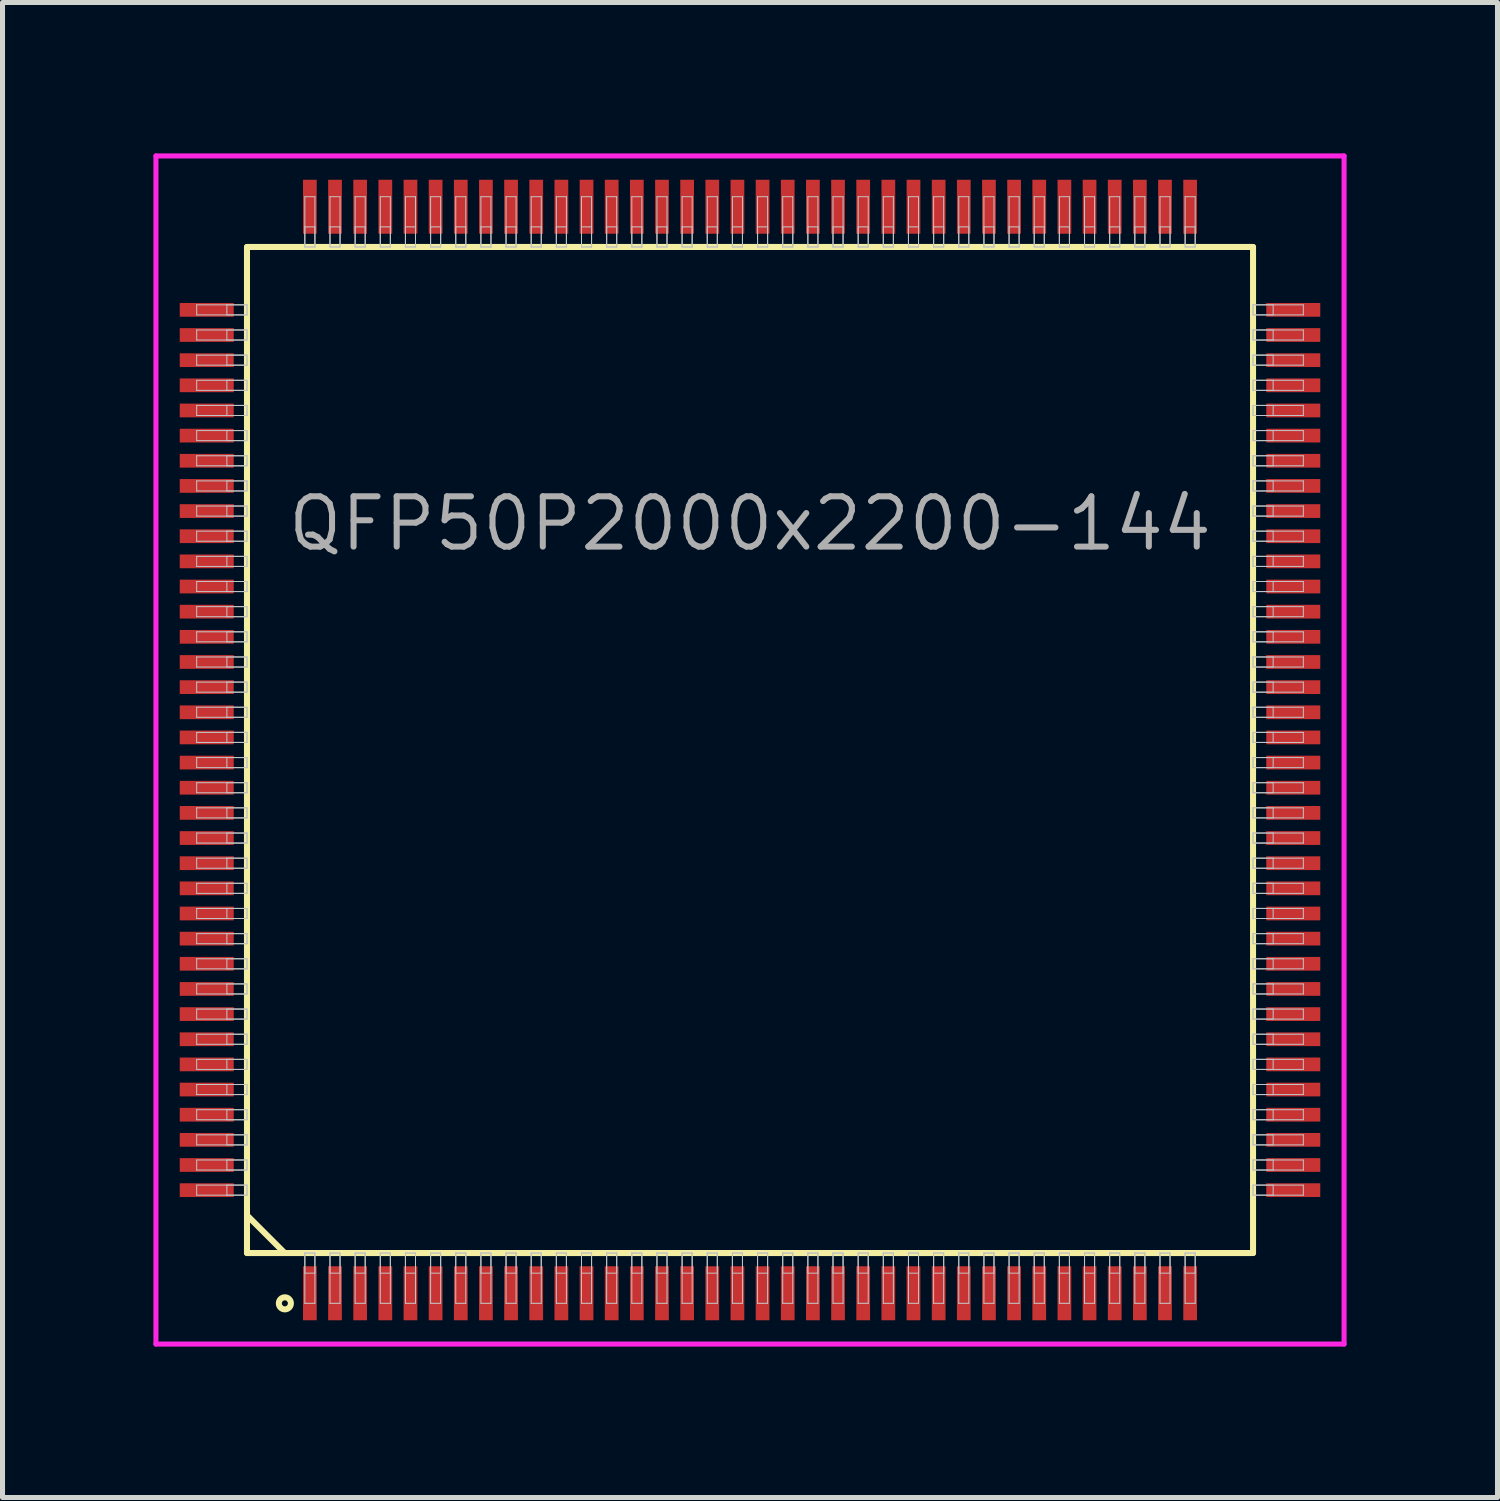
<source format=kicad_pcb>
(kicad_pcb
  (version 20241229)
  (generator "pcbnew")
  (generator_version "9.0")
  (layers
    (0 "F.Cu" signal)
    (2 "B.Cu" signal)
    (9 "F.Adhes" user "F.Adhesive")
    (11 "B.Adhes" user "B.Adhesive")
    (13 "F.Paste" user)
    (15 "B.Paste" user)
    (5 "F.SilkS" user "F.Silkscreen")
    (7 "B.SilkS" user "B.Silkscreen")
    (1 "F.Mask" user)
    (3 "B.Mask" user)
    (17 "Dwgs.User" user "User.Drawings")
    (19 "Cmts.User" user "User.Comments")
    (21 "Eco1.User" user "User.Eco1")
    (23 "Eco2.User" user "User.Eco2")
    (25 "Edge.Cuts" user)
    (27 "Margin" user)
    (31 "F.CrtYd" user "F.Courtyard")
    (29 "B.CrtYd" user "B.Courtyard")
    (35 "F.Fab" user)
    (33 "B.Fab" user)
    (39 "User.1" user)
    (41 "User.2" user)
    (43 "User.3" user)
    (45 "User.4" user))
  (footprint "QFP50P2000x2200-144"
    (layer "F.Cu")
    (at 11.86 11.86)
    (property "Reference" "QFP50P2000x2200-144" (at 0 -4.5 0) (layer "F.Fab") (effects (font (size 1 1) (thickness 0.12))))
    (attr through_hole)
    (fp_line (start -10 -10) (end -10 10) (stroke (width 0.12) (type solid)) (layer "F.SilkS"))
    (fp_line (start -10 9.25) (end -9.25 10) (stroke (width 0.12) (type solid)) (layer "F.SilkS"))
    (fp_line (start -10 10) (end 10 10) (stroke (width 0.12) (type solid)) (layer "F.SilkS"))
    (fp_line (start 10 -10) (end -10 -10) (stroke (width 0.12) (type solid)) (layer "F.SilkS"))
    (fp_line (start 10 10) (end 10 -10) (stroke (width 0.12) (type solid)) (layer "F.SilkS"))
    (fp_circle (center -9.247 11) (end -9.127 11) (stroke (width 0.12) (type solid)) (fill no) (layer "F.SilkS"))
    (fp_line (start -11 -8.85) (end -11 -8.65) (stroke (width 0.02) (type solid)) (layer "Dwgs.User"))
    (fp_line (start -11 -8.65) (end -10 -8.65) (stroke (width 0.02) (type solid)) (layer "Dwgs.User"))
    (fp_line (start -11 -8.35) (end -11 -8.15) (stroke (width 0.02) (type solid)) (layer "Dwgs.User"))
    (fp_line (start -11 -8.15) (end -10 -8.15) (stroke (width 0.02) (type solid)) (layer "Dwgs.User"))
    (fp_line (start -11 -7.85) (end -11 -7.65) (stroke (width 0.02) (type solid)) (layer "Dwgs.User"))
    (fp_line (start -11 -7.65) (end -10 -7.65) (stroke (width 0.02) (type solid)) (layer "Dwgs.User"))
    (fp_line (start -11 -7.35) (end -11 -7.15) (stroke (width 0.02) (type solid)) (layer "Dwgs.User"))
    (fp_line (start -11 -7.15) (end -10 -7.15) (stroke (width 0.02) (type solid)) (layer "Dwgs.User"))
    (fp_line (start -11 -6.85) (end -11 -6.65) (stroke (width 0.02) (type solid)) (layer "Dwgs.User"))
    (fp_line (start -11 -6.65) (end -10 -6.65) (stroke (width 0.02) (type solid)) (layer "Dwgs.User"))
    (fp_line (start -11 -6.35) (end -11 -6.15) (stroke (width 0.02) (type solid)) (layer "Dwgs.User"))
    (fp_line (start -11 -6.15) (end -10 -6.15) (stroke (width 0.02) (type solid)) (layer "Dwgs.User"))
    (fp_line (start -11 -5.85) (end -11 -5.65) (stroke (width 0.02) (type solid)) (layer "Dwgs.User"))
    (fp_line (start -11 -5.65) (end -10 -5.65) (stroke (width 0.02) (type solid)) (layer "Dwgs.User"))
    (fp_line (start -11 -5.35) (end -11 -5.15) (stroke (width 0.02) (type solid)) (layer "Dwgs.User"))
    (fp_line (start -11 -5.15) (end -10 -5.15) (stroke (width 0.02) (type solid)) (layer "Dwgs.User"))
    (fp_line (start -11 -4.85) (end -11 -4.65) (stroke (width 0.02) (type solid)) (layer "Dwgs.User"))
    (fp_line (start -11 -4.65) (end -10 -4.65) (stroke (width 0.02) (type solid)) (layer "Dwgs.User"))
    (fp_line (start -11 -4.35) (end -11 -4.15) (stroke (width 0.02) (type solid)) (layer "Dwgs.User"))
    (fp_line (start -11 -4.15) (end -10 -4.15) (stroke (width 0.02) (type solid)) (layer "Dwgs.User"))
    (fp_line (start -11 -3.85) (end -11 -3.65) (stroke (width 0.02) (type solid)) (layer "Dwgs.User"))
    (fp_line (start -11 -3.65) (end -10 -3.65) (stroke (width 0.02) (type solid)) (layer "Dwgs.User"))
    (fp_line (start -11 -3.35) (end -11 -3.15) (stroke (width 0.02) (type solid)) (layer "Dwgs.User"))
    (fp_line (start -11 -3.15) (end -10 -3.15) (stroke (width 0.02) (type solid)) (layer "Dwgs.User"))
    (fp_line (start -11 -2.85) (end -11 -2.65) (stroke (width 0.02) (type solid)) (layer "Dwgs.User"))
    (fp_line (start -11 -2.65) (end -10 -2.65) (stroke (width 0.02) (type solid)) (layer "Dwgs.User"))
    (fp_line (start -11 -2.35) (end -11 -2.15) (stroke (width 0.02) (type solid)) (layer "Dwgs.User"))
    (fp_line (start -11 -2.15) (end -10 -2.15) (stroke (width 0.02) (type solid)) (layer "Dwgs.User"))
    (fp_line (start -11 -1.85) (end -11 -1.65) (stroke (width 0.02) (type solid)) (layer "Dwgs.User"))
    (fp_line (start -11 -1.65) (end -10 -1.65) (stroke (width 0.02) (type solid)) (layer "Dwgs.User"))
    (fp_line (start -11 -1.35) (end -11 -1.15) (stroke (width 0.02) (type solid)) (layer "Dwgs.User"))
    (fp_line (start -11 -1.15) (end -10 -1.15) (stroke (width 0.02) (type solid)) (layer "Dwgs.User"))
    (fp_line (start -11 -0.85) (end -11 -0.65) (stroke (width 0.02) (type solid)) (layer "Dwgs.User"))
    (fp_line (start -11 -0.65) (end -10 -0.65) (stroke (width 0.02) (type solid)) (layer "Dwgs.User"))
    (fp_line (start -11 -0.35) (end -11 -0.15) (stroke (width 0.02) (type solid)) (layer "Dwgs.User"))
    (fp_line (start -11 -0.15) (end -10 -0.15) (stroke (width 0.02) (type solid)) (layer "Dwgs.User"))
    (fp_line (start -11 0.15) (end -11 0.35) (stroke (width 0.02) (type solid)) (layer "Dwgs.User"))
    (fp_line (start -11 0.35) (end -10 0.35) (stroke (width 0.02) (type solid)) (layer "Dwgs.User"))
    (fp_line (start -11 0.65) (end -11 0.85) (stroke (width 0.02) (type solid)) (layer "Dwgs.User"))
    (fp_line (start -11 0.85) (end -10 0.85) (stroke (width 0.02) (type solid)) (layer "Dwgs.User"))
    (fp_line (start -11 1.15) (end -11 1.35) (stroke (width 0.02) (type solid)) (layer "Dwgs.User"))
    (fp_line (start -11 1.35) (end -10 1.35) (stroke (width 0.02) (type solid)) (layer "Dwgs.User"))
    (fp_line (start -11 1.65) (end -11 1.85) (stroke (width 0.02) (type solid)) (layer "Dwgs.User"))
    (fp_line (start -11 1.85) (end -10 1.85) (stroke (width 0.02) (type solid)) (layer "Dwgs.User"))
    (fp_line (start -11 2.15) (end -11 2.35) (stroke (width 0.02) (type solid)) (layer "Dwgs.User"))
    (fp_line (start -11 2.35) (end -10 2.35) (stroke (width 0.02) (type solid)) (layer "Dwgs.User"))
    (fp_line (start -11 2.65) (end -11 2.85) (stroke (width 0.02) (type solid)) (layer "Dwgs.User"))
    (fp_line (start -11 2.85) (end -10 2.85) (stroke (width 0.02) (type solid)) (layer "Dwgs.User"))
    (fp_line (start -11 3.15) (end -11 3.35) (stroke (width 0.02) (type solid)) (layer "Dwgs.User"))
    (fp_line (start -11 3.35) (end -10 3.35) (stroke (width 0.02) (type solid)) (layer "Dwgs.User"))
    (fp_line (start -11 3.65) (end -11 3.85) (stroke (width 0.02) (type solid)) (layer "Dwgs.User"))
    (fp_line (start -11 3.85) (end -10 3.85) (stroke (width 0.02) (type solid)) (layer "Dwgs.User"))
    (fp_line (start -11 4.15) (end -11 4.35) (stroke (width 0.02) (type solid)) (layer "Dwgs.User"))
    (fp_line (start -11 4.35) (end -10 4.35) (stroke (width 0.02) (type solid)) (layer "Dwgs.User"))
    (fp_line (start -11 4.65) (end -11 4.85) (stroke (width 0.02) (type solid)) (layer "Dwgs.User"))
    (fp_line (start -11 4.85) (end -10 4.85) (stroke (width 0.02) (type solid)) (layer "Dwgs.User"))
    (fp_line (start -11 5.15) (end -11 5.35) (stroke (width 0.02) (type solid)) (layer "Dwgs.User"))
    (fp_line (start -11 5.35) (end -10 5.35) (stroke (width 0.02) (type solid)) (layer "Dwgs.User"))
    (fp_line (start -11 5.65) (end -11 5.85) (stroke (width 0.02) (type solid)) (layer "Dwgs.User"))
    (fp_line (start -11 5.85) (end -10 5.85) (stroke (width 0.02) (type solid)) (layer "Dwgs.User"))
    (fp_line (start -11 6.15) (end -11 6.35) (stroke (width 0.02) (type solid)) (layer "Dwgs.User"))
    (fp_line (start -11 6.35) (end -10 6.35) (stroke (width 0.02) (type solid)) (layer "Dwgs.User"))
    (fp_line (start -11 6.65) (end -11 6.85) (stroke (width 0.02) (type solid)) (layer "Dwgs.User"))
    (fp_line (start -11 6.85) (end -10 6.85) (stroke (width 0.02) (type solid)) (layer "Dwgs.User"))
    (fp_line (start -11 7.15) (end -11 7.35) (stroke (width 0.02) (type solid)) (layer "Dwgs.User"))
    (fp_line (start -11 7.35) (end -10 7.35) (stroke (width 0.02) (type solid)) (layer "Dwgs.User"))
    (fp_line (start -11 7.65) (end -11 7.85) (stroke (width 0.02) (type solid)) (layer "Dwgs.User"))
    (fp_line (start -11 7.85) (end -10 7.85) (stroke (width 0.02) (type solid)) (layer "Dwgs.User"))
    (fp_line (start -11 8.15) (end -11 8.35) (stroke (width 0.02) (type solid)) (layer "Dwgs.User"))
    (fp_line (start -11 8.35) (end -10 8.35) (stroke (width 0.02) (type solid)) (layer "Dwgs.User"))
    (fp_line (start -11 8.65) (end -11 8.85) (stroke (width 0.02) (type solid)) (layer "Dwgs.User"))
    (fp_line (start -11 8.85) (end -10 8.85) (stroke (width 0.02) (type solid)) (layer "Dwgs.User"))
    (fp_line (start -10.4 -8.85) (end -10.4 -8.65) (stroke (width 0.02) (type solid)) (layer "Dwgs.User"))
    (fp_line (start -10.4 -8.65) (end -10 -8.65) (stroke (width 0.02) (type solid)) (layer "Dwgs.User"))
    (fp_line (start -10.4 -8.35) (end -10.4 -8.15) (stroke (width 0.02) (type solid)) (layer "Dwgs.User"))
    (fp_line (start -10.4 -8.15) (end -10 -8.15) (stroke (width 0.02) (type solid)) (layer "Dwgs.User"))
    (fp_line (start -10.4 -7.85) (end -10.4 -7.65) (stroke (width 0.02) (type solid)) (layer "Dwgs.User"))
    (fp_line (start -10.4 -7.65) (end -10 -7.65) (stroke (width 0.02) (type solid)) (layer "Dwgs.User"))
    (fp_line (start -10.4 -7.35) (end -10.4 -7.15) (stroke (width 0.02) (type solid)) (layer "Dwgs.User"))
    (fp_line (start -10.4 -7.15) (end -10 -7.15) (stroke (width 0.02) (type solid)) (layer "Dwgs.User"))
    (fp_line (start -10.4 -6.85) (end -10.4 -6.65) (stroke (width 0.02) (type solid)) (layer "Dwgs.User"))
    (fp_line (start -10.4 -6.65) (end -10 -6.65) (stroke (width 0.02) (type solid)) (layer "Dwgs.User"))
    (fp_line (start -10.4 -6.35) (end -10.4 -6.15) (stroke (width 0.02) (type solid)) (layer "Dwgs.User"))
    (fp_line (start -10.4 -6.15) (end -10 -6.15) (stroke (width 0.02) (type solid)) (layer "Dwgs.User"))
    (fp_line (start -10.4 -5.85) (end -10.4 -5.65) (stroke (width 0.02) (type solid)) (layer "Dwgs.User"))
    (fp_line (start -10.4 -5.65) (end -10 -5.65) (stroke (width 0.02) (type solid)) (layer "Dwgs.User"))
    (fp_line (start -10.4 -5.35) (end -10.4 -5.15) (stroke (width 0.02) (type solid)) (layer "Dwgs.User"))
    (fp_line (start -10.4 -5.15) (end -10 -5.15) (stroke (width 0.02) (type solid)) (layer "Dwgs.User"))
    (fp_line (start -10.4 -4.85) (end -10.4 -4.65) (stroke (width 0.02) (type solid)) (layer "Dwgs.User"))
    (fp_line (start -10.4 -4.65) (end -10 -4.65) (stroke (width 0.02) (type solid)) (layer "Dwgs.User"))
    (fp_line (start -10.4 -4.35) (end -10.4 -4.15) (stroke (width 0.02) (type solid)) (layer "Dwgs.User"))
    (fp_line (start -10.4 -4.15) (end -10 -4.15) (stroke (width 0.02) (type solid)) (layer "Dwgs.User"))
    (fp_line (start -10.4 -3.85) (end -10.4 -3.65) (stroke (width 0.02) (type solid)) (layer "Dwgs.User"))
    (fp_line (start -10.4 -3.65) (end -10 -3.65) (stroke (width 0.02) (type solid)) (layer "Dwgs.User"))
    (fp_line (start -10.4 -3.35) (end -10.4 -3.15) (stroke (width 0.02) (type solid)) (layer "Dwgs.User"))
    (fp_line (start -10.4 -3.15) (end -10 -3.15) (stroke (width 0.02) (type solid)) (layer "Dwgs.User"))
    (fp_line (start -10.4 -2.85) (end -10.4 -2.65) (stroke (width 0.02) (type solid)) (layer "Dwgs.User"))
    (fp_line (start -10.4 -2.65) (end -10 -2.65) (stroke (width 0.02) (type solid)) (layer "Dwgs.User"))
    (fp_line (start -10.4 -2.35) (end -10.4 -2.15) (stroke (width 0.02) (type solid)) (layer "Dwgs.User"))
    (fp_line (start -10.4 -2.15) (end -10 -2.15) (stroke (width 0.02) (type solid)) (layer "Dwgs.User"))
    (fp_line (start -10.4 -1.85) (end -10.4 -1.65) (stroke (width 0.02) (type solid)) (layer "Dwgs.User"))
    (fp_line (start -10.4 -1.65) (end -10 -1.65) (stroke (width 0.02) (type solid)) (layer "Dwgs.User"))
    (fp_line (start -10.4 -1.35) (end -10.4 -1.15) (stroke (width 0.02) (type solid)) (layer "Dwgs.User"))
    (fp_line (start -10.4 -1.15) (end -10 -1.15) (stroke (width 0.02) (type solid)) (layer "Dwgs.User"))
    (fp_line (start -10.4 -0.85) (end -10.4 -0.65) (stroke (width 0.02) (type solid)) (layer "Dwgs.User"))
    (fp_line (start -10.4 -0.65) (end -10 -0.65) (stroke (width 0.02) (type solid)) (layer "Dwgs.User"))
    (fp_line (start -10.4 -0.35) (end -10.4 -0.15) (stroke (width 0.02) (type solid)) (layer "Dwgs.User"))
    (fp_line (start -10.4 -0.15) (end -10 -0.15) (stroke (width 0.02) (type solid)) (layer "Dwgs.User"))
    (fp_line (start -10.4 0.15) (end -10.4 0.35) (stroke (width 0.02) (type solid)) (layer "Dwgs.User"))
    (fp_line (start -10.4 0.35) (end -10 0.35) (stroke (width 0.02) (type solid)) (layer "Dwgs.User"))
    (fp_line (start -10.4 0.65) (end -10.4 0.85) (stroke (width 0.02) (type solid)) (layer "Dwgs.User"))
    (fp_line (start -10.4 0.85) (end -10 0.85) (stroke (width 0.02) (type solid)) (layer "Dwgs.User"))
    (fp_line (start -10.4 1.15) (end -10.4 1.35) (stroke (width 0.02) (type solid)) (layer "Dwgs.User"))
    (fp_line (start -10.4 1.35) (end -10 1.35) (stroke (width 0.02) (type solid)) (layer "Dwgs.User"))
    (fp_line (start -10.4 1.65) (end -10.4 1.85) (stroke (width 0.02) (type solid)) (layer "Dwgs.User"))
    (fp_line (start -10.4 1.85) (end -10 1.85) (stroke (width 0.02) (type solid)) (layer "Dwgs.User"))
    (fp_line (start -10.4 2.15) (end -10.4 2.35) (stroke (width 0.02) (type solid)) (layer "Dwgs.User"))
    (fp_line (start -10.4 2.35) (end -10 2.35) (stroke (width 0.02) (type solid)) (layer "Dwgs.User"))
    (fp_line (start -10.4 2.65) (end -10.4 2.85) (stroke (width 0.02) (type solid)) (layer "Dwgs.User"))
    (fp_line (start -10.4 2.85) (end -10 2.85) (stroke (width 0.02) (type solid)) (layer "Dwgs.User"))
    (fp_line (start -10.4 3.15) (end -10.4 3.35) (stroke (width 0.02) (type solid)) (layer "Dwgs.User"))
    (fp_line (start -10.4 3.35) (end -10 3.35) (stroke (width 0.02) (type solid)) (layer "Dwgs.User"))
    (fp_line (start -10.4 3.65) (end -10.4 3.85) (stroke (width 0.02) (type solid)) (layer "Dwgs.User"))
    (fp_line (start -10.4 3.85) (end -10 3.85) (stroke (width 0.02) (type solid)) (layer "Dwgs.User"))
    (fp_line (start -10.4 4.15) (end -10.4 4.35) (stroke (width 0.02) (type solid)) (layer "Dwgs.User"))
    (fp_line (start -10.4 4.35) (end -10 4.35) (stroke (width 0.02) (type solid)) (layer "Dwgs.User"))
    (fp_line (start -10.4 4.65) (end -10.4 4.85) (stroke (width 0.02) (type solid)) (layer "Dwgs.User"))
    (fp_line (start -10.4 4.85) (end -10 4.85) (stroke (width 0.02) (type solid)) (layer "Dwgs.User"))
    (fp_line (start -10.4 5.15) (end -10.4 5.35) (stroke (width 0.02) (type solid)) (layer "Dwgs.User"))
    (fp_line (start -10.4 5.35) (end -10 5.35) (stroke (width 0.02) (type solid)) (layer "Dwgs.User"))
    (fp_line (start -10.4 5.65) (end -10.4 5.85) (stroke (width 0.02) (type solid)) (layer "Dwgs.User"))
    (fp_line (start -10.4 5.85) (end -10 5.85) (stroke (width 0.02) (type solid)) (layer "Dwgs.User"))
    (fp_line (start -10.4 6.15) (end -10.4 6.35) (stroke (width 0.02) (type solid)) (layer "Dwgs.User"))
    (fp_line (start -10.4 6.35) (end -10 6.35) (stroke (width 0.02) (type solid)) (layer "Dwgs.User"))
    (fp_line (start -10.4 6.65) (end -10.4 6.85) (stroke (width 0.02) (type solid)) (layer "Dwgs.User"))
    (fp_line (start -10.4 6.85) (end -10 6.85) (stroke (width 0.02) (type solid)) (layer "Dwgs.User"))
    (fp_line (start -10.4 7.15) (end -10.4 7.35) (stroke (width 0.02) (type solid)) (layer "Dwgs.User"))
    (fp_line (start -10.4 7.35) (end -10 7.35) (stroke (width 0.02) (type solid)) (layer "Dwgs.User"))
    (fp_line (start -10.4 7.65) (end -10.4 7.85) (stroke (width 0.02) (type solid)) (layer "Dwgs.User"))
    (fp_line (start -10.4 7.85) (end -10 7.85) (stroke (width 0.02) (type solid)) (layer "Dwgs.User"))
    (fp_line (start -10.4 8.15) (end -10.4 8.35) (stroke (width 0.02) (type solid)) (layer "Dwgs.User"))
    (fp_line (start -10.4 8.35) (end -10 8.35) (stroke (width 0.02) (type solid)) (layer "Dwgs.User"))
    (fp_line (start -10.4 8.65) (end -10.4 8.85) (stroke (width 0.02) (type solid)) (layer "Dwgs.User"))
    (fp_line (start -10.4 8.85) (end -10 8.85) (stroke (width 0.02) (type solid)) (layer "Dwgs.User"))
    (fp_line (start -10 -8.85) (end -11 -8.85) (stroke (width 0.02) (type solid)) (layer "Dwgs.User"))
    (fp_line (start -10 -8.85) (end -10.4 -8.85) (stroke (width 0.02) (type solid)) (layer "Dwgs.User"))
    (fp_line (start -10 -8.65) (end -10 -8.85) (stroke (width 0.02) (type solid)) (layer "Dwgs.User"))
    (fp_line (start -10 -8.65) (end -10 -8.85) (stroke (width 0.02) (type solid)) (layer "Dwgs.User"))
    (fp_line (start -10 -8.35) (end -11 -8.35) (stroke (width 0.02) (type solid)) (layer "Dwgs.User"))
    (fp_line (start -10 -8.35) (end -10.4 -8.35) (stroke (width 0.02) (type solid)) (layer "Dwgs.User"))
    (fp_line (start -10 -8.15) (end -10 -8.35) (stroke (width 0.02) (type solid)) (layer "Dwgs.User"))
    (fp_line (start -10 -8.15) (end -10 -8.35) (stroke (width 0.02) (type solid)) (layer "Dwgs.User"))
    (fp_line (start -10 -7.85) (end -11 -7.85) (stroke (width 0.02) (type solid)) (layer "Dwgs.User"))
    (fp_line (start -10 -7.85) (end -10.4 -7.85) (stroke (width 0.02) (type solid)) (layer "Dwgs.User"))
    (fp_line (start -10 -7.65) (end -10 -7.85) (stroke (width 0.02) (type solid)) (layer "Dwgs.User"))
    (fp_line (start -10 -7.65) (end -10 -7.85) (stroke (width 0.02) (type solid)) (layer "Dwgs.User"))
    (fp_line (start -10 -7.35) (end -11 -7.35) (stroke (width 0.02) (type solid)) (layer "Dwgs.User"))
    (fp_line (start -10 -7.35) (end -10.4 -7.35) (stroke (width 0.02) (type solid)) (layer "Dwgs.User"))
    (fp_line (start -10 -7.15) (end -10 -7.35) (stroke (width 0.02) (type solid)) (layer "Dwgs.User"))
    (fp_line (start -10 -7.15) (end -10 -7.35) (stroke (width 0.02) (type solid)) (layer "Dwgs.User"))
    (fp_line (start -10 -6.85) (end -11 -6.85) (stroke (width 0.02) (type solid)) (layer "Dwgs.User"))
    (fp_line (start -10 -6.85) (end -10.4 -6.85) (stroke (width 0.02) (type solid)) (layer "Dwgs.User"))
    (fp_line (start -10 -6.65) (end -10 -6.85) (stroke (width 0.02) (type solid)) (layer "Dwgs.User"))
    (fp_line (start -10 -6.65) (end -10 -6.85) (stroke (width 0.02) (type solid)) (layer "Dwgs.User"))
    (fp_line (start -10 -6.35) (end -11 -6.35) (stroke (width 0.02) (type solid)) (layer "Dwgs.User"))
    (fp_line (start -10 -6.35) (end -10.4 -6.35) (stroke (width 0.02) (type solid)) (layer "Dwgs.User"))
    (fp_line (start -10 -6.15) (end -10 -6.35) (stroke (width 0.02) (type solid)) (layer "Dwgs.User"))
    (fp_line (start -10 -6.15) (end -10 -6.35) (stroke (width 0.02) (type solid)) (layer "Dwgs.User"))
    (fp_line (start -10 -5.85) (end -11 -5.85) (stroke (width 0.02) (type solid)) (layer "Dwgs.User"))
    (fp_line (start -10 -5.85) (end -10.4 -5.85) (stroke (width 0.02) (type solid)) (layer "Dwgs.User"))
    (fp_line (start -10 -5.65) (end -10 -5.85) (stroke (width 0.02) (type solid)) (layer "Dwgs.User"))
    (fp_line (start -10 -5.65) (end -10 -5.85) (stroke (width 0.02) (type solid)) (layer "Dwgs.User"))
    (fp_line (start -10 -5.35) (end -11 -5.35) (stroke (width 0.02) (type solid)) (layer "Dwgs.User"))
    (fp_line (start -10 -5.35) (end -10.4 -5.35) (stroke (width 0.02) (type solid)) (layer "Dwgs.User"))
    (fp_line (start -10 -5.15) (end -10 -5.35) (stroke (width 0.02) (type solid)) (layer "Dwgs.User"))
    (fp_line (start -10 -5.15) (end -10 -5.35) (stroke (width 0.02) (type solid)) (layer "Dwgs.User"))
    (fp_line (start -10 -4.85) (end -11 -4.85) (stroke (width 0.02) (type solid)) (layer "Dwgs.User"))
    (fp_line (start -10 -4.85) (end -10.4 -4.85) (stroke (width 0.02) (type solid)) (layer "Dwgs.User"))
    (fp_line (start -10 -4.65) (end -10 -4.85) (stroke (width 0.02) (type solid)) (layer "Dwgs.User"))
    (fp_line (start -10 -4.65) (end -10 -4.85) (stroke (width 0.02) (type solid)) (layer "Dwgs.User"))
    (fp_line (start -10 -4.35) (end -11 -4.35) (stroke (width 0.02) (type solid)) (layer "Dwgs.User"))
    (fp_line (start -10 -4.35) (end -10.4 -4.35) (stroke (width 0.02) (type solid)) (layer "Dwgs.User"))
    (fp_line (start -10 -4.15) (end -10 -4.35) (stroke (width 0.02) (type solid)) (layer "Dwgs.User"))
    (fp_line (start -10 -4.15) (end -10 -4.35) (stroke (width 0.02) (type solid)) (layer "Dwgs.User"))
    (fp_line (start -10 -3.85) (end -11 -3.85) (stroke (width 0.02) (type solid)) (layer "Dwgs.User"))
    (fp_line (start -10 -3.85) (end -10.4 -3.85) (stroke (width 0.02) (type solid)) (layer "Dwgs.User"))
    (fp_line (start -10 -3.65) (end -10 -3.85) (stroke (width 0.02) (type solid)) (layer "Dwgs.User"))
    (fp_line (start -10 -3.65) (end -10 -3.85) (stroke (width 0.02) (type solid)) (layer "Dwgs.User"))
    (fp_line (start -10 -3.35) (end -11 -3.35) (stroke (width 0.02) (type solid)) (layer "Dwgs.User"))
    (fp_line (start -10 -3.35) (end -10.4 -3.35) (stroke (width 0.02) (type solid)) (layer "Dwgs.User"))
    (fp_line (start -10 -3.15) (end -10 -3.35) (stroke (width 0.02) (type solid)) (layer "Dwgs.User"))
    (fp_line (start -10 -3.15) (end -10 -3.35) (stroke (width 0.02) (type solid)) (layer "Dwgs.User"))
    (fp_line (start -10 -2.85) (end -11 -2.85) (stroke (width 0.02) (type solid)) (layer "Dwgs.User"))
    (fp_line (start -10 -2.85) (end -10.4 -2.85) (stroke (width 0.02) (type solid)) (layer "Dwgs.User"))
    (fp_line (start -10 -2.65) (end -10 -2.85) (stroke (width 0.02) (type solid)) (layer "Dwgs.User"))
    (fp_line (start -10 -2.65) (end -10 -2.85) (stroke (width 0.02) (type solid)) (layer "Dwgs.User"))
    (fp_line (start -10 -2.35) (end -11 -2.35) (stroke (width 0.02) (type solid)) (layer "Dwgs.User"))
    (fp_line (start -10 -2.35) (end -10.4 -2.35) (stroke (width 0.02) (type solid)) (layer "Dwgs.User"))
    (fp_line (start -10 -2.15) (end -10 -2.35) (stroke (width 0.02) (type solid)) (layer "Dwgs.User"))
    (fp_line (start -10 -2.15) (end -10 -2.35) (stroke (width 0.02) (type solid)) (layer "Dwgs.User"))
    (fp_line (start -10 -1.85) (end -11 -1.85) (stroke (width 0.02) (type solid)) (layer "Dwgs.User"))
    (fp_line (start -10 -1.85) (end -10.4 -1.85) (stroke (width 0.02) (type solid)) (layer "Dwgs.User"))
    (fp_line (start -10 -1.65) (end -10 -1.85) (stroke (width 0.02) (type solid)) (layer "Dwgs.User"))
    (fp_line (start -10 -1.65) (end -10 -1.85) (stroke (width 0.02) (type solid)) (layer "Dwgs.User"))
    (fp_line (start -10 -1.35) (end -11 -1.35) (stroke (width 0.02) (type solid)) (layer "Dwgs.User"))
    (fp_line (start -10 -1.35) (end -10.4 -1.35) (stroke (width 0.02) (type solid)) (layer "Dwgs.User"))
    (fp_line (start -10 -1.15) (end -10 -1.35) (stroke (width 0.02) (type solid)) (layer "Dwgs.User"))
    (fp_line (start -10 -1.15) (end -10 -1.35) (stroke (width 0.02) (type solid)) (layer "Dwgs.User"))
    (fp_line (start -10 -0.85) (end -11 -0.85) (stroke (width 0.02) (type solid)) (layer "Dwgs.User"))
    (fp_line (start -10 -0.85) (end -10.4 -0.85) (stroke (width 0.02) (type solid)) (layer "Dwgs.User"))
    (fp_line (start -10 -0.65) (end -10 -0.85) (stroke (width 0.02) (type solid)) (layer "Dwgs.User"))
    (fp_line (start -10 -0.65) (end -10 -0.85) (stroke (width 0.02) (type solid)) (layer "Dwgs.User"))
    (fp_line (start -10 -0.35) (end -11 -0.35) (stroke (width 0.02) (type solid)) (layer "Dwgs.User"))
    (fp_line (start -10 -0.35) (end -10.4 -0.35) (stroke (width 0.02) (type solid)) (layer "Dwgs.User"))
    (fp_line (start -10 -0.15) (end -10 -0.35) (stroke (width 0.02) (type solid)) (layer "Dwgs.User"))
    (fp_line (start -10 -0.15) (end -10 -0.35) (stroke (width 0.02) (type solid)) (layer "Dwgs.User"))
    (fp_line (start -10 0.15) (end -11 0.15) (stroke (width 0.02) (type solid)) (layer "Dwgs.User"))
    (fp_line (start -10 0.15) (end -10.4 0.15) (stroke (width 0.02) (type solid)) (layer "Dwgs.User"))
    (fp_line (start -10 0.35) (end -10 0.15) (stroke (width 0.02) (type solid)) (layer "Dwgs.User"))
    (fp_line (start -10 0.35) (end -10 0.15) (stroke (width 0.02) (type solid)) (layer "Dwgs.User"))
    (fp_line (start -10 0.65) (end -11 0.65) (stroke (width 0.02) (type solid)) (layer "Dwgs.User"))
    (fp_line (start -10 0.65) (end -10.4 0.65) (stroke (width 0.02) (type solid)) (layer "Dwgs.User"))
    (fp_line (start -10 0.85) (end -10 0.65) (stroke (width 0.02) (type solid)) (layer "Dwgs.User"))
    (fp_line (start -10 0.85) (end -10 0.65) (stroke (width 0.02) (type solid)) (layer "Dwgs.User"))
    (fp_line (start -10 1.15) (end -11 1.15) (stroke (width 0.02) (type solid)) (layer "Dwgs.User"))
    (fp_line (start -10 1.15) (end -10.4 1.15) (stroke (width 0.02) (type solid)) (layer "Dwgs.User"))
    (fp_line (start -10 1.35) (end -10 1.15) (stroke (width 0.02) (type solid)) (layer "Dwgs.User"))
    (fp_line (start -10 1.35) (end -10 1.15) (stroke (width 0.02) (type solid)) (layer "Dwgs.User"))
    (fp_line (start -10 1.65) (end -11 1.65) (stroke (width 0.02) (type solid)) (layer "Dwgs.User"))
    (fp_line (start -10 1.65) (end -10.4 1.65) (stroke (width 0.02) (type solid)) (layer "Dwgs.User"))
    (fp_line (start -10 1.85) (end -10 1.65) (stroke (width 0.02) (type solid)) (layer "Dwgs.User"))
    (fp_line (start -10 1.85) (end -10 1.65) (stroke (width 0.02) (type solid)) (layer "Dwgs.User"))
    (fp_line (start -10 2.15) (end -11 2.15) (stroke (width 0.02) (type solid)) (layer "Dwgs.User"))
    (fp_line (start -10 2.15) (end -10.4 2.15) (stroke (width 0.02) (type solid)) (layer "Dwgs.User"))
    (fp_line (start -10 2.35) (end -10 2.15) (stroke (width 0.02) (type solid)) (layer "Dwgs.User"))
    (fp_line (start -10 2.35) (end -10 2.15) (stroke (width 0.02) (type solid)) (layer "Dwgs.User"))
    (fp_line (start -10 2.65) (end -11 2.65) (stroke (width 0.02) (type solid)) (layer "Dwgs.User"))
    (fp_line (start -10 2.65) (end -10.4 2.65) (stroke (width 0.02) (type solid)) (layer "Dwgs.User"))
    (fp_line (start -10 2.85) (end -10 2.65) (stroke (width 0.02) (type solid)) (layer "Dwgs.User"))
    (fp_line (start -10 2.85) (end -10 2.65) (stroke (width 0.02) (type solid)) (layer "Dwgs.User"))
    (fp_line (start -10 3.15) (end -11 3.15) (stroke (width 0.02) (type solid)) (layer "Dwgs.User"))
    (fp_line (start -10 3.15) (end -10.4 3.15) (stroke (width 0.02) (type solid)) (layer "Dwgs.User"))
    (fp_line (start -10 3.35) (end -10 3.15) (stroke (width 0.02) (type solid)) (layer "Dwgs.User"))
    (fp_line (start -10 3.35) (end -10 3.15) (stroke (width 0.02) (type solid)) (layer "Dwgs.User"))
    (fp_line (start -10 3.65) (end -11 3.65) (stroke (width 0.02) (type solid)) (layer "Dwgs.User"))
    (fp_line (start -10 3.65) (end -10.4 3.65) (stroke (width 0.02) (type solid)) (layer "Dwgs.User"))
    (fp_line (start -10 3.85) (end -10 3.65) (stroke (width 0.02) (type solid)) (layer "Dwgs.User"))
    (fp_line (start -10 3.85) (end -10 3.65) (stroke (width 0.02) (type solid)) (layer "Dwgs.User"))
    (fp_line (start -10 4.15) (end -11 4.15) (stroke (width 0.02) (type solid)) (layer "Dwgs.User"))
    (fp_line (start -10 4.15) (end -10.4 4.15) (stroke (width 0.02) (type solid)) (layer "Dwgs.User"))
    (fp_line (start -10 4.35) (end -10 4.15) (stroke (width 0.02) (type solid)) (layer "Dwgs.User"))
    (fp_line (start -10 4.35) (end -10 4.15) (stroke (width 0.02) (type solid)) (layer "Dwgs.User"))
    (fp_line (start -10 4.65) (end -11 4.65) (stroke (width 0.02) (type solid)) (layer "Dwgs.User"))
    (fp_line (start -10 4.65) (end -10.4 4.65) (stroke (width 0.02) (type solid)) (layer "Dwgs.User"))
    (fp_line (start -10 4.85) (end -10 4.65) (stroke (width 0.02) (type solid)) (layer "Dwgs.User"))
    (fp_line (start -10 4.85) (end -10 4.65) (stroke (width 0.02) (type solid)) (layer "Dwgs.User"))
    (fp_line (start -10 5.15) (end -11 5.15) (stroke (width 0.02) (type solid)) (layer "Dwgs.User"))
    (fp_line (start -10 5.15) (end -10.4 5.15) (stroke (width 0.02) (type solid)) (layer "Dwgs.User"))
    (fp_line (start -10 5.35) (end -10 5.15) (stroke (width 0.02) (type solid)) (layer "Dwgs.User"))
    (fp_line (start -10 5.35) (end -10 5.15) (stroke (width 0.02) (type solid)) (layer "Dwgs.User"))
    (fp_line (start -10 5.65) (end -11 5.65) (stroke (width 0.02) (type solid)) (layer "Dwgs.User"))
    (fp_line (start -10 5.65) (end -10.4 5.65) (stroke (width 0.02) (type solid)) (layer "Dwgs.User"))
    (fp_line (start -10 5.85) (end -10 5.65) (stroke (width 0.02) (type solid)) (layer "Dwgs.User"))
    (fp_line (start -10 5.85) (end -10 5.65) (stroke (width 0.02) (type solid)) (layer "Dwgs.User"))
    (fp_line (start -10 6.15) (end -11 6.15) (stroke (width 0.02) (type solid)) (layer "Dwgs.User"))
    (fp_line (start -10 6.15) (end -10.4 6.15) (stroke (width 0.02) (type solid)) (layer "Dwgs.User"))
    (fp_line (start -10 6.35) (end -10 6.15) (stroke (width 0.02) (type solid)) (layer "Dwgs.User"))
    (fp_line (start -10 6.35) (end -10 6.15) (stroke (width 0.02) (type solid)) (layer "Dwgs.User"))
    (fp_line (start -10 6.65) (end -11 6.65) (stroke (width 0.02) (type solid)) (layer "Dwgs.User"))
    (fp_line (start -10 6.65) (end -10.4 6.65) (stroke (width 0.02) (type solid)) (layer "Dwgs.User"))
    (fp_line (start -10 6.85) (end -10 6.65) (stroke (width 0.02) (type solid)) (layer "Dwgs.User"))
    (fp_line (start -10 6.85) (end -10 6.65) (stroke (width 0.02) (type solid)) (layer "Dwgs.User"))
    (fp_line (start -10 7.15) (end -11 7.15) (stroke (width 0.02) (type solid)) (layer "Dwgs.User"))
    (fp_line (start -10 7.15) (end -10.4 7.15) (stroke (width 0.02) (type solid)) (layer "Dwgs.User"))
    (fp_line (start -10 7.35) (end -10 7.15) (stroke (width 0.02) (type solid)) (layer "Dwgs.User"))
    (fp_line (start -10 7.35) (end -10 7.15) (stroke (width 0.02) (type solid)) (layer "Dwgs.User"))
    (fp_line (start -10 7.65) (end -11 7.65) (stroke (width 0.02) (type solid)) (layer "Dwgs.User"))
    (fp_line (start -10 7.65) (end -10.4 7.65) (stroke (width 0.02) (type solid)) (layer "Dwgs.User"))
    (fp_line (start -10 7.85) (end -10 7.65) (stroke (width 0.02) (type solid)) (layer "Dwgs.User"))
    (fp_line (start -10 7.85) (end -10 7.65) (stroke (width 0.02) (type solid)) (layer "Dwgs.User"))
    (fp_line (start -10 8.15) (end -11 8.15) (stroke (width 0.02) (type solid)) (layer "Dwgs.User"))
    (fp_line (start -10 8.15) (end -10.4 8.15) (stroke (width 0.02) (type solid)) (layer "Dwgs.User"))
    (fp_line (start -10 8.35) (end -10 8.15) (stroke (width 0.02) (type solid)) (layer "Dwgs.User"))
    (fp_line (start -10 8.35) (end -10 8.15) (stroke (width 0.02) (type solid)) (layer "Dwgs.User"))
    (fp_line (start -10 8.65) (end -11 8.65) (stroke (width 0.02) (type solid)) (layer "Dwgs.User"))
    (fp_line (start -10 8.65) (end -10.4 8.65) (stroke (width 0.02) (type solid)) (layer "Dwgs.User"))
    (fp_line (start -10 8.85) (end -10 8.65) (stroke (width 0.02) (type solid)) (layer "Dwgs.User"))
    (fp_line (start -10 8.85) (end -10 8.65) (stroke (width 0.02) (type solid)) (layer "Dwgs.User"))
    (fp_line (start -8.85 -11) (end -8.85 -10) (stroke (width 0.02) (type solid)) (layer "Dwgs.User"))
    (fp_line (start -8.85 -10.4) (end -8.85 -10) (stroke (width 0.02) (type solid)) (layer "Dwgs.User"))
    (fp_line (start -8.85 -10) (end -8.65 -10) (stroke (width 0.02) (type solid)) (layer "Dwgs.User"))
    (fp_line (start -8.85 -10) (end -8.65 -10) (stroke (width 0.02) (type solid)) (layer "Dwgs.User"))
    (fp_line (start -8.85 10) (end -8.65 10) (stroke (width 0.02) (type solid)) (layer "Dwgs.User"))
    (fp_line (start -8.85 10) (end -8.65 10) (stroke (width 0.02) (type solid)) (layer "Dwgs.User"))
    (fp_line (start -8.85 10.4) (end -8.85 10) (stroke (width 0.02) (type solid)) (layer "Dwgs.User"))
    (fp_line (start -8.85 11) (end -8.85 10) (stroke (width 0.02) (type solid)) (layer "Dwgs.User"))
    (fp_line (start -8.65 -11) (end -8.85 -11) (stroke (width 0.02) (type solid)) (layer "Dwgs.User"))
    (fp_line (start -8.65 -10.4) (end -8.85 -10.4) (stroke (width 0.02) (type solid)) (layer "Dwgs.User"))
    (fp_line (start -8.65 -10) (end -8.65 -11) (stroke (width 0.02) (type solid)) (layer "Dwgs.User"))
    (fp_line (start -8.65 -10) (end -8.65 -10.4) (stroke (width 0.02) (type solid)) (layer "Dwgs.User"))
    (fp_line (start -8.65 10) (end -8.65 10.4) (stroke (width 0.02) (type solid)) (layer "Dwgs.User"))
    (fp_line (start -8.65 10) (end -8.65 11) (stroke (width 0.02) (type solid)) (layer "Dwgs.User"))
    (fp_line (start -8.65 10.4) (end -8.85 10.4) (stroke (width 0.02) (type solid)) (layer "Dwgs.User"))
    (fp_line (start -8.65 11) (end -8.85 11) (stroke (width 0.02) (type solid)) (layer "Dwgs.User"))
    (fp_line (start -8.35 -11) (end -8.35 -10) (stroke (width 0.02) (type solid)) (layer "Dwgs.User"))
    (fp_line (start -8.35 -10.4) (end -8.35 -10) (stroke (width 0.02) (type solid)) (layer "Dwgs.User"))
    (fp_line (start -8.35 -10) (end -8.15 -10) (stroke (width 0.02) (type solid)) (layer "Dwgs.User"))
    (fp_line (start -8.35 -10) (end -8.15 -10) (stroke (width 0.02) (type solid)) (layer "Dwgs.User"))
    (fp_line (start -8.35 10) (end -8.15 10) (stroke (width 0.02) (type solid)) (layer "Dwgs.User"))
    (fp_line (start -8.35 10) (end -8.15 10) (stroke (width 0.02) (type solid)) (layer "Dwgs.User"))
    (fp_line (start -8.35 10.4) (end -8.35 10) (stroke (width 0.02) (type solid)) (layer "Dwgs.User"))
    (fp_line (start -8.35 11) (end -8.35 10) (stroke (width 0.02) (type solid)) (layer "Dwgs.User"))
    (fp_line (start -8.15 -11) (end -8.35 -11) (stroke (width 0.02) (type solid)) (layer "Dwgs.User"))
    (fp_line (start -8.15 -10.4) (end -8.35 -10.4) (stroke (width 0.02) (type solid)) (layer "Dwgs.User"))
    (fp_line (start -8.15 -10) (end -8.15 -11) (stroke (width 0.02) (type solid)) (layer "Dwgs.User"))
    (fp_line (start -8.15 -10) (end -8.15 -10.4) (stroke (width 0.02) (type solid)) (layer "Dwgs.User"))
    (fp_line (start -8.15 10) (end -8.15 10.4) (stroke (width 0.02) (type solid)) (layer "Dwgs.User"))
    (fp_line (start -8.15 10) (end -8.15 11) (stroke (width 0.02) (type solid)) (layer "Dwgs.User"))
    (fp_line (start -8.15 10.4) (end -8.35 10.4) (stroke (width 0.02) (type solid)) (layer "Dwgs.User"))
    (fp_line (start -8.15 11) (end -8.35 11) (stroke (width 0.02) (type solid)) (layer "Dwgs.User"))
    (fp_line (start -7.85 -11) (end -7.85 -10) (stroke (width 0.02) (type solid)) (layer "Dwgs.User"))
    (fp_line (start -7.85 -10.4) (end -7.85 -10) (stroke (width 0.02) (type solid)) (layer "Dwgs.User"))
    (fp_line (start -7.85 -10) (end -7.65 -10) (stroke (width 0.02) (type solid)) (layer "Dwgs.User"))
    (fp_line (start -7.85 -10) (end -7.65 -10) (stroke (width 0.02) (type solid)) (layer "Dwgs.User"))
    (fp_line (start -7.85 10) (end -7.65 10) (stroke (width 0.02) (type solid)) (layer "Dwgs.User"))
    (fp_line (start -7.85 10) (end -7.65 10) (stroke (width 0.02) (type solid)) (layer "Dwgs.User"))
    (fp_line (start -7.85 10.4) (end -7.85 10) (stroke (width 0.02) (type solid)) (layer "Dwgs.User"))
    (fp_line (start -7.85 11) (end -7.85 10) (stroke (width 0.02) (type solid)) (layer "Dwgs.User"))
    (fp_line (start -7.65 -11) (end -7.85 -11) (stroke (width 0.02) (type solid)) (layer "Dwgs.User"))
    (fp_line (start -7.65 -10.4) (end -7.85 -10.4) (stroke (width 0.02) (type solid)) (layer "Dwgs.User"))
    (fp_line (start -7.65 -10) (end -7.65 -11) (stroke (width 0.02) (type solid)) (layer "Dwgs.User"))
    (fp_line (start -7.65 -10) (end -7.65 -10.4) (stroke (width 0.02) (type solid)) (layer "Dwgs.User"))
    (fp_line (start -7.65 10) (end -7.65 10.4) (stroke (width 0.02) (type solid)) (layer "Dwgs.User"))
    (fp_line (start -7.65 10) (end -7.65 11) (stroke (width 0.02) (type solid)) (layer "Dwgs.User"))
    (fp_line (start -7.65 10.4) (end -7.85 10.4) (stroke (width 0.02) (type solid)) (layer "Dwgs.User"))
    (fp_line (start -7.65 11) (end -7.85 11) (stroke (width 0.02) (type solid)) (layer "Dwgs.User"))
    (fp_line (start -7.35 -11) (end -7.35 -10) (stroke (width 0.02) (type solid)) (layer "Dwgs.User"))
    (fp_line (start -7.35 -10.4) (end -7.35 -10) (stroke (width 0.02) (type solid)) (layer "Dwgs.User"))
    (fp_line (start -7.35 -10) (end -7.15 -10) (stroke (width 0.02) (type solid)) (layer "Dwgs.User"))
    (fp_line (start -7.35 -10) (end -7.15 -10) (stroke (width 0.02) (type solid)) (layer "Dwgs.User"))
    (fp_line (start -7.35 10) (end -7.15 10) (stroke (width 0.02) (type solid)) (layer "Dwgs.User"))
    (fp_line (start -7.35 10) (end -7.15 10) (stroke (width 0.02) (type solid)) (layer "Dwgs.User"))
    (fp_line (start -7.35 10.4) (end -7.35 10) (stroke (width 0.02) (type solid)) (layer "Dwgs.User"))
    (fp_line (start -7.35 11) (end -7.35 10) (stroke (width 0.02) (type solid)) (layer "Dwgs.User"))
    (fp_line (start -7.15 -11) (end -7.35 -11) (stroke (width 0.02) (type solid)) (layer "Dwgs.User"))
    (fp_line (start -7.15 -10.4) (end -7.35 -10.4) (stroke (width 0.02) (type solid)) (layer "Dwgs.User"))
    (fp_line (start -7.15 -10) (end -7.15 -11) (stroke (width 0.02) (type solid)) (layer "Dwgs.User"))
    (fp_line (start -7.15 -10) (end -7.15 -10.4) (stroke (width 0.02) (type solid)) (layer "Dwgs.User"))
    (fp_line (start -7.15 10) (end -7.15 10.4) (stroke (width 0.02) (type solid)) (layer "Dwgs.User"))
    (fp_line (start -7.15 10) (end -7.15 11) (stroke (width 0.02) (type solid)) (layer "Dwgs.User"))
    (fp_line (start -7.15 10.4) (end -7.35 10.4) (stroke (width 0.02) (type solid)) (layer "Dwgs.User"))
    (fp_line (start -7.15 11) (end -7.35 11) (stroke (width 0.02) (type solid)) (layer "Dwgs.User"))
    (fp_line (start -6.85 -11) (end -6.85 -10) (stroke (width 0.02) (type solid)) (layer "Dwgs.User"))
    (fp_line (start -6.85 -10.4) (end -6.85 -10) (stroke (width 0.02) (type solid)) (layer "Dwgs.User"))
    (fp_line (start -6.85 -10) (end -6.65 -10) (stroke (width 0.02) (type solid)) (layer "Dwgs.User"))
    (fp_line (start -6.85 -10) (end -6.65 -10) (stroke (width 0.02) (type solid)) (layer "Dwgs.User"))
    (fp_line (start -6.85 10) (end -6.65 10) (stroke (width 0.02) (type solid)) (layer "Dwgs.User"))
    (fp_line (start -6.85 10) (end -6.65 10) (stroke (width 0.02) (type solid)) (layer "Dwgs.User"))
    (fp_line (start -6.85 10.4) (end -6.85 10) (stroke (width 0.02) (type solid)) (layer "Dwgs.User"))
    (fp_line (start -6.85 11) (end -6.85 10) (stroke (width 0.02) (type solid)) (layer "Dwgs.User"))
    (fp_line (start -6.65 -11) (end -6.85 -11) (stroke (width 0.02) (type solid)) (layer "Dwgs.User"))
    (fp_line (start -6.65 -10.4) (end -6.85 -10.4) (stroke (width 0.02) (type solid)) (layer "Dwgs.User"))
    (fp_line (start -6.65 -10) (end -6.65 -11) (stroke (width 0.02) (type solid)) (layer "Dwgs.User"))
    (fp_line (start -6.65 -10) (end -6.65 -10.4) (stroke (width 0.02) (type solid)) (layer "Dwgs.User"))
    (fp_line (start -6.65 10) (end -6.65 10.4) (stroke (width 0.02) (type solid)) (layer "Dwgs.User"))
    (fp_line (start -6.65 10) (end -6.65 11) (stroke (width 0.02) (type solid)) (layer "Dwgs.User"))
    (fp_line (start -6.65 10.4) (end -6.85 10.4) (stroke (width 0.02) (type solid)) (layer "Dwgs.User"))
    (fp_line (start -6.65 11) (end -6.85 11) (stroke (width 0.02) (type solid)) (layer "Dwgs.User"))
    (fp_line (start -6.35 -11) (end -6.35 -10) (stroke (width 0.02) (type solid)) (layer "Dwgs.User"))
    (fp_line (start -6.35 -10.4) (end -6.35 -10) (stroke (width 0.02) (type solid)) (layer "Dwgs.User"))
    (fp_line (start -6.35 -10) (end -6.15 -10) (stroke (width 0.02) (type solid)) (layer "Dwgs.User"))
    (fp_line (start -6.35 -10) (end -6.15 -10) (stroke (width 0.02) (type solid)) (layer "Dwgs.User"))
    (fp_line (start -6.35 10) (end -6.15 10) (stroke (width 0.02) (type solid)) (layer "Dwgs.User"))
    (fp_line (start -6.35 10) (end -6.15 10) (stroke (width 0.02) (type solid)) (layer "Dwgs.User"))
    (fp_line (start -6.35 10.4) (end -6.35 10) (stroke (width 0.02) (type solid)) (layer "Dwgs.User"))
    (fp_line (start -6.35 11) (end -6.35 10) (stroke (width 0.02) (type solid)) (layer "Dwgs.User"))
    (fp_line (start -6.15 -11) (end -6.35 -11) (stroke (width 0.02) (type solid)) (layer "Dwgs.User"))
    (fp_line (start -6.15 -10.4) (end -6.35 -10.4) (stroke (width 0.02) (type solid)) (layer "Dwgs.User"))
    (fp_line (start -6.15 -10) (end -6.15 -11) (stroke (width 0.02) (type solid)) (layer "Dwgs.User"))
    (fp_line (start -6.15 -10) (end -6.15 -10.4) (stroke (width 0.02) (type solid)) (layer "Dwgs.User"))
    (fp_line (start -6.15 10) (end -6.15 10.4) (stroke (width 0.02) (type solid)) (layer "Dwgs.User"))
    (fp_line (start -6.15 10) (end -6.15 11) (stroke (width 0.02) (type solid)) (layer "Dwgs.User"))
    (fp_line (start -6.15 10.4) (end -6.35 10.4) (stroke (width 0.02) (type solid)) (layer "Dwgs.User"))
    (fp_line (start -6.15 11) (end -6.35 11) (stroke (width 0.02) (type solid)) (layer "Dwgs.User"))
    (fp_line (start -5.85 -11) (end -5.85 -10) (stroke (width 0.02) (type solid)) (layer "Dwgs.User"))
    (fp_line (start -5.85 -10.4) (end -5.85 -10) (stroke (width 0.02) (type solid)) (layer "Dwgs.User"))
    (fp_line (start -5.85 -10) (end -5.65 -10) (stroke (width 0.02) (type solid)) (layer "Dwgs.User"))
    (fp_line (start -5.85 -10) (end -5.65 -10) (stroke (width 0.02) (type solid)) (layer "Dwgs.User"))
    (fp_line (start -5.85 10) (end -5.65 10) (stroke (width 0.02) (type solid)) (layer "Dwgs.User"))
    (fp_line (start -5.85 10) (end -5.65 10) (stroke (width 0.02) (type solid)) (layer "Dwgs.User"))
    (fp_line (start -5.85 10.4) (end -5.85 10) (stroke (width 0.02) (type solid)) (layer "Dwgs.User"))
    (fp_line (start -5.85 11) (end -5.85 10) (stroke (width 0.02) (type solid)) (layer "Dwgs.User"))
    (fp_line (start -5.65 -11) (end -5.85 -11) (stroke (width 0.02) (type solid)) (layer "Dwgs.User"))
    (fp_line (start -5.65 -10.4) (end -5.85 -10.4) (stroke (width 0.02) (type solid)) (layer "Dwgs.User"))
    (fp_line (start -5.65 -10) (end -5.65 -11) (stroke (width 0.02) (type solid)) (layer "Dwgs.User"))
    (fp_line (start -5.65 -10) (end -5.65 -10.4) (stroke (width 0.02) (type solid)) (layer "Dwgs.User"))
    (fp_line (start -5.65 10) (end -5.65 10.4) (stroke (width 0.02) (type solid)) (layer "Dwgs.User"))
    (fp_line (start -5.65 10) (end -5.65 11) (stroke (width 0.02) (type solid)) (layer "Dwgs.User"))
    (fp_line (start -5.65 10.4) (end -5.85 10.4) (stroke (width 0.02) (type solid)) (layer "Dwgs.User"))
    (fp_line (start -5.65 11) (end -5.85 11) (stroke (width 0.02) (type solid)) (layer "Dwgs.User"))
    (fp_line (start -5.35 -11) (end -5.35 -10) (stroke (width 0.02) (type solid)) (layer "Dwgs.User"))
    (fp_line (start -5.35 -10.4) (end -5.35 -10) (stroke (width 0.02) (type solid)) (layer "Dwgs.User"))
    (fp_line (start -5.35 -10) (end -5.15 -10) (stroke (width 0.02) (type solid)) (layer "Dwgs.User"))
    (fp_line (start -5.35 -10) (end -5.15 -10) (stroke (width 0.02) (type solid)) (layer "Dwgs.User"))
    (fp_line (start -5.35 10) (end -5.15 10) (stroke (width 0.02) (type solid)) (layer "Dwgs.User"))
    (fp_line (start -5.35 10) (end -5.15 10) (stroke (width 0.02) (type solid)) (layer "Dwgs.User"))
    (fp_line (start -5.35 10.4) (end -5.35 10) (stroke (width 0.02) (type solid)) (layer "Dwgs.User"))
    (fp_line (start -5.35 11) (end -5.35 10) (stroke (width 0.02) (type solid)) (layer "Dwgs.User"))
    (fp_line (start -5.15 -11) (end -5.35 -11) (stroke (width 0.02) (type solid)) (layer "Dwgs.User"))
    (fp_line (start -5.15 -10.4) (end -5.35 -10.4) (stroke (width 0.02) (type solid)) (layer "Dwgs.User"))
    (fp_line (start -5.15 -10) (end -5.15 -11) (stroke (width 0.02) (type solid)) (layer "Dwgs.User"))
    (fp_line (start -5.15 -10) (end -5.15 -10.4) (stroke (width 0.02) (type solid)) (layer "Dwgs.User"))
    (fp_line (start -5.15 10) (end -5.15 10.4) (stroke (width 0.02) (type solid)) (layer "Dwgs.User"))
    (fp_line (start -5.15 10) (end -5.15 11) (stroke (width 0.02) (type solid)) (layer "Dwgs.User"))
    (fp_line (start -5.15 10.4) (end -5.35 10.4) (stroke (width 0.02) (type solid)) (layer "Dwgs.User"))
    (fp_line (start -5.15 11) (end -5.35 11) (stroke (width 0.02) (type solid)) (layer "Dwgs.User"))
    (fp_line (start -4.85 -11) (end -4.85 -10) (stroke (width 0.02) (type solid)) (layer "Dwgs.User"))
    (fp_line (start -4.85 -10.4) (end -4.85 -10) (stroke (width 0.02) (type solid)) (layer "Dwgs.User"))
    (fp_line (start -4.85 -10) (end -4.65 -10) (stroke (width 0.02) (type solid)) (layer "Dwgs.User"))
    (fp_line (start -4.85 -10) (end -4.65 -10) (stroke (width 0.02) (type solid)) (layer "Dwgs.User"))
    (fp_line (start -4.85 10) (end -4.65 10) (stroke (width 0.02) (type solid)) (layer "Dwgs.User"))
    (fp_line (start -4.85 10) (end -4.65 10) (stroke (width 0.02) (type solid)) (layer "Dwgs.User"))
    (fp_line (start -4.85 10.4) (end -4.85 10) (stroke (width 0.02) (type solid)) (layer "Dwgs.User"))
    (fp_line (start -4.85 11) (end -4.85 10) (stroke (width 0.02) (type solid)) (layer "Dwgs.User"))
    (fp_line (start -4.65 -11) (end -4.85 -11) (stroke (width 0.02) (type solid)) (layer "Dwgs.User"))
    (fp_line (start -4.65 -10.4) (end -4.85 -10.4) (stroke (width 0.02) (type solid)) (layer "Dwgs.User"))
    (fp_line (start -4.65 -10) (end -4.65 -11) (stroke (width 0.02) (type solid)) (layer "Dwgs.User"))
    (fp_line (start -4.65 -10) (end -4.65 -10.4) (stroke (width 0.02) (type solid)) (layer "Dwgs.User"))
    (fp_line (start -4.65 10) (end -4.65 10.4) (stroke (width 0.02) (type solid)) (layer "Dwgs.User"))
    (fp_line (start -4.65 10) (end -4.65 11) (stroke (width 0.02) (type solid)) (layer "Dwgs.User"))
    (fp_line (start -4.65 10.4) (end -4.85 10.4) (stroke (width 0.02) (type solid)) (layer "Dwgs.User"))
    (fp_line (start -4.65 11) (end -4.85 11) (stroke (width 0.02) (type solid)) (layer "Dwgs.User"))
    (fp_line (start -4.35 -11) (end -4.35 -10) (stroke (width 0.02) (type solid)) (layer "Dwgs.User"))
    (fp_line (start -4.35 -10.4) (end -4.35 -10) (stroke (width 0.02) (type solid)) (layer "Dwgs.User"))
    (fp_line (start -4.35 -10) (end -4.15 -10) (stroke (width 0.02) (type solid)) (layer "Dwgs.User"))
    (fp_line (start -4.35 -10) (end -4.15 -10) (stroke (width 0.02) (type solid)) (layer "Dwgs.User"))
    (fp_line (start -4.35 10) (end -4.15 10) (stroke (width 0.02) (type solid)) (layer "Dwgs.User"))
    (fp_line (start -4.35 10) (end -4.15 10) (stroke (width 0.02) (type solid)) (layer "Dwgs.User"))
    (fp_line (start -4.35 10.4) (end -4.35 10) (stroke (width 0.02) (type solid)) (layer "Dwgs.User"))
    (fp_line (start -4.35 11) (end -4.35 10) (stroke (width 0.02) (type solid)) (layer "Dwgs.User"))
    (fp_line (start -4.15 -11) (end -4.35 -11) (stroke (width 0.02) (type solid)) (layer "Dwgs.User"))
    (fp_line (start -4.15 -10.4) (end -4.35 -10.4) (stroke (width 0.02) (type solid)) (layer "Dwgs.User"))
    (fp_line (start -4.15 -10) (end -4.15 -11) (stroke (width 0.02) (type solid)) (layer "Dwgs.User"))
    (fp_line (start -4.15 -10) (end -4.15 -10.4) (stroke (width 0.02) (type solid)) (layer "Dwgs.User"))
    (fp_line (start -4.15 10) (end -4.15 10.4) (stroke (width 0.02) (type solid)) (layer "Dwgs.User"))
    (fp_line (start -4.15 10) (end -4.15 11) (stroke (width 0.02) (type solid)) (layer "Dwgs.User"))
    (fp_line (start -4.15 10.4) (end -4.35 10.4) (stroke (width 0.02) (type solid)) (layer "Dwgs.User"))
    (fp_line (start -4.15 11) (end -4.35 11) (stroke (width 0.02) (type solid)) (layer "Dwgs.User"))
    (fp_line (start -3.85 -11) (end -3.85 -10) (stroke (width 0.02) (type solid)) (layer "Dwgs.User"))
    (fp_line (start -3.85 -10.4) (end -3.85 -10) (stroke (width 0.02) (type solid)) (layer "Dwgs.User"))
    (fp_line (start -3.85 -10) (end -3.65 -10) (stroke (width 0.02) (type solid)) (layer "Dwgs.User"))
    (fp_line (start -3.85 -10) (end -3.65 -10) (stroke (width 0.02) (type solid)) (layer "Dwgs.User"))
    (fp_line (start -3.85 10) (end -3.65 10) (stroke (width 0.02) (type solid)) (layer "Dwgs.User"))
    (fp_line (start -3.85 10) (end -3.65 10) (stroke (width 0.02) (type solid)) (layer "Dwgs.User"))
    (fp_line (start -3.85 10.4) (end -3.85 10) (stroke (width 0.02) (type solid)) (layer "Dwgs.User"))
    (fp_line (start -3.85 11) (end -3.85 10) (stroke (width 0.02) (type solid)) (layer "Dwgs.User"))
    (fp_line (start -3.65 -11) (end -3.85 -11) (stroke (width 0.02) (type solid)) (layer "Dwgs.User"))
    (fp_line (start -3.65 -10.4) (end -3.85 -10.4) (stroke (width 0.02) (type solid)) (layer "Dwgs.User"))
    (fp_line (start -3.65 -10) (end -3.65 -11) (stroke (width 0.02) (type solid)) (layer "Dwgs.User"))
    (fp_line (start -3.65 -10) (end -3.65 -10.4) (stroke (width 0.02) (type solid)) (layer "Dwgs.User"))
    (fp_line (start -3.65 10) (end -3.65 10.4) (stroke (width 0.02) (type solid)) (layer "Dwgs.User"))
    (fp_line (start -3.65 10) (end -3.65 11) (stroke (width 0.02) (type solid)) (layer "Dwgs.User"))
    (fp_line (start -3.65 10.4) (end -3.85 10.4) (stroke (width 0.02) (type solid)) (layer "Dwgs.User"))
    (fp_line (start -3.65 11) (end -3.85 11) (stroke (width 0.02) (type solid)) (layer "Dwgs.User"))
    (fp_line (start -3.35 -11) (end -3.35 -10) (stroke (width 0.02) (type solid)) (layer "Dwgs.User"))
    (fp_line (start -3.35 -10.4) (end -3.35 -10) (stroke (width 0.02) (type solid)) (layer "Dwgs.User"))
    (fp_line (start -3.35 -10) (end -3.15 -10) (stroke (width 0.02) (type solid)) (layer "Dwgs.User"))
    (fp_line (start -3.35 -10) (end -3.15 -10) (stroke (width 0.02) (type solid)) (layer "Dwgs.User"))
    (fp_line (start -3.35 10) (end -3.15 10) (stroke (width 0.02) (type solid)) (layer "Dwgs.User"))
    (fp_line (start -3.35 10) (end -3.15 10) (stroke (width 0.02) (type solid)) (layer "Dwgs.User"))
    (fp_line (start -3.35 10.4) (end -3.35 10) (stroke (width 0.02) (type solid)) (layer "Dwgs.User"))
    (fp_line (start -3.35 11) (end -3.35 10) (stroke (width 0.02) (type solid)) (layer "Dwgs.User"))
    (fp_line (start -3.15 -11) (end -3.35 -11) (stroke (width 0.02) (type solid)) (layer "Dwgs.User"))
    (fp_line (start -3.15 -10.4) (end -3.35 -10.4) (stroke (width 0.02) (type solid)) (layer "Dwgs.User"))
    (fp_line (start -3.15 -10) (end -3.15 -11) (stroke (width 0.02) (type solid)) (layer "Dwgs.User"))
    (fp_line (start -3.15 -10) (end -3.15 -10.4) (stroke (width 0.02) (type solid)) (layer "Dwgs.User"))
    (fp_line (start -3.15 10) (end -3.15 10.4) (stroke (width 0.02) (type solid)) (layer "Dwgs.User"))
    (fp_line (start -3.15 10) (end -3.15 11) (stroke (width 0.02) (type solid)) (layer "Dwgs.User"))
    (fp_line (start -3.15 10.4) (end -3.35 10.4) (stroke (width 0.02) (type solid)) (layer "Dwgs.User"))
    (fp_line (start -3.15 11) (end -3.35 11) (stroke (width 0.02) (type solid)) (layer "Dwgs.User"))
    (fp_line (start -2.85 -11) (end -2.85 -10) (stroke (width 0.02) (type solid)) (layer "Dwgs.User"))
    (fp_line (start -2.85 -10.4) (end -2.85 -10) (stroke (width 0.02) (type solid)) (layer "Dwgs.User"))
    (fp_line (start -2.85 -10) (end -2.65 -10) (stroke (width 0.02) (type solid)) (layer "Dwgs.User"))
    (fp_line (start -2.85 -10) (end -2.65 -10) (stroke (width 0.02) (type solid)) (layer "Dwgs.User"))
    (fp_line (start -2.85 10) (end -2.65 10) (stroke (width 0.02) (type solid)) (layer "Dwgs.User"))
    (fp_line (start -2.85 10) (end -2.65 10) (stroke (width 0.02) (type solid)) (layer "Dwgs.User"))
    (fp_line (start -2.85 10.4) (end -2.85 10) (stroke (width 0.02) (type solid)) (layer "Dwgs.User"))
    (fp_line (start -2.85 11) (end -2.85 10) (stroke (width 0.02) (type solid)) (layer "Dwgs.User"))
    (fp_line (start -2.65 -11) (end -2.85 -11) (stroke (width 0.02) (type solid)) (layer "Dwgs.User"))
    (fp_line (start -2.65 -10.4) (end -2.85 -10.4) (stroke (width 0.02) (type solid)) (layer "Dwgs.User"))
    (fp_line (start -2.65 -10) (end -2.65 -11) (stroke (width 0.02) (type solid)) (layer "Dwgs.User"))
    (fp_line (start -2.65 -10) (end -2.65 -10.4) (stroke (width 0.02) (type solid)) (layer "Dwgs.User"))
    (fp_line (start -2.65 10) (end -2.65 10.4) (stroke (width 0.02) (type solid)) (layer "Dwgs.User"))
    (fp_line (start -2.65 10) (end -2.65 11) (stroke (width 0.02) (type solid)) (layer "Dwgs.User"))
    (fp_line (start -2.65 10.4) (end -2.85 10.4) (stroke (width 0.02) (type solid)) (layer "Dwgs.User"))
    (fp_line (start -2.65 11) (end -2.85 11) (stroke (width 0.02) (type solid)) (layer "Dwgs.User"))
    (fp_line (start -2.35 -11) (end -2.35 -10) (stroke (width 0.02) (type solid)) (layer "Dwgs.User"))
    (fp_line (start -2.35 -10.4) (end -2.35 -10) (stroke (width 0.02) (type solid)) (layer "Dwgs.User"))
    (fp_line (start -2.35 -10) (end -2.15 -10) (stroke (width 0.02) (type solid)) (layer "Dwgs.User"))
    (fp_line (start -2.35 -10) (end -2.15 -10) (stroke (width 0.02) (type solid)) (layer "Dwgs.User"))
    (fp_line (start -2.35 10) (end -2.15 10) (stroke (width 0.02) (type solid)) (layer "Dwgs.User"))
    (fp_line (start -2.35 10) (end -2.15 10) (stroke (width 0.02) (type solid)) (layer "Dwgs.User"))
    (fp_line (start -2.35 10.4) (end -2.35 10) (stroke (width 0.02) (type solid)) (layer "Dwgs.User"))
    (fp_line (start -2.35 11) (end -2.35 10) (stroke (width 0.02) (type solid)) (layer "Dwgs.User"))
    (fp_line (start -2.15 -11) (end -2.35 -11) (stroke (width 0.02) (type solid)) (layer "Dwgs.User"))
    (fp_line (start -2.15 -10.4) (end -2.35 -10.4) (stroke (width 0.02) (type solid)) (layer "Dwgs.User"))
    (fp_line (start -2.15 -10) (end -2.15 -11) (stroke (width 0.02) (type solid)) (layer "Dwgs.User"))
    (fp_line (start -2.15 -10) (end -2.15 -10.4) (stroke (width 0.02) (type solid)) (layer "Dwgs.User"))
    (fp_line (start -2.15 10) (end -2.15 10.4) (stroke (width 0.02) (type solid)) (layer "Dwgs.User"))
    (fp_line (start -2.15 10) (end -2.15 11) (stroke (width 0.02) (type solid)) (layer "Dwgs.User"))
    (fp_line (start -2.15 10.4) (end -2.35 10.4) (stroke (width 0.02) (type solid)) (layer "Dwgs.User"))
    (fp_line (start -2.15 11) (end -2.35 11) (stroke (width 0.02) (type solid)) (layer "Dwgs.User"))
    (fp_line (start -1.85 -11) (end -1.85 -10) (stroke (width 0.02) (type solid)) (layer "Dwgs.User"))
    (fp_line (start -1.85 -10.4) (end -1.85 -10) (stroke (width 0.02) (type solid)) (layer "Dwgs.User"))
    (fp_line (start -1.85 -10) (end -1.65 -10) (stroke (width 0.02) (type solid)) (layer "Dwgs.User"))
    (fp_line (start -1.85 -10) (end -1.65 -10) (stroke (width 0.02) (type solid)) (layer "Dwgs.User"))
    (fp_line (start -1.85 10) (end -1.65 10) (stroke (width 0.02) (type solid)) (layer "Dwgs.User"))
    (fp_line (start -1.85 10) (end -1.65 10) (stroke (width 0.02) (type solid)) (layer "Dwgs.User"))
    (fp_line (start -1.85 10.4) (end -1.85 10) (stroke (width 0.02) (type solid)) (layer "Dwgs.User"))
    (fp_line (start -1.85 11) (end -1.85 10) (stroke (width 0.02) (type solid)) (layer "Dwgs.User"))
    (fp_line (start -1.65 -11) (end -1.85 -11) (stroke (width 0.02) (type solid)) (layer "Dwgs.User"))
    (fp_line (start -1.65 -10.4) (end -1.85 -10.4) (stroke (width 0.02) (type solid)) (layer "Dwgs.User"))
    (fp_line (start -1.65 -10) (end -1.65 -11) (stroke (width 0.02) (type solid)) (layer "Dwgs.User"))
    (fp_line (start -1.65 -10) (end -1.65 -10.4) (stroke (width 0.02) (type solid)) (layer "Dwgs.User"))
    (fp_line (start -1.65 10) (end -1.65 10.4) (stroke (width 0.02) (type solid)) (layer "Dwgs.User"))
    (fp_line (start -1.65 10) (end -1.65 11) (stroke (width 0.02) (type solid)) (layer "Dwgs.User"))
    (fp_line (start -1.65 10.4) (end -1.85 10.4) (stroke (width 0.02) (type solid)) (layer "Dwgs.User"))
    (fp_line (start -1.65 11) (end -1.85 11) (stroke (width 0.02) (type solid)) (layer "Dwgs.User"))
    (fp_line (start -1.35 -11) (end -1.35 -10) (stroke (width 0.02) (type solid)) (layer "Dwgs.User"))
    (fp_line (start -1.35 -10.4) (end -1.35 -10) (stroke (width 0.02) (type solid)) (layer "Dwgs.User"))
    (fp_line (start -1.35 -10) (end -1.15 -10) (stroke (width 0.02) (type solid)) (layer "Dwgs.User"))
    (fp_line (start -1.35 -10) (end -1.15 -10) (stroke (width 0.02) (type solid)) (layer "Dwgs.User"))
    (fp_line (start -1.35 10) (end -1.15 10) (stroke (width 0.02) (type solid)) (layer "Dwgs.User"))
    (fp_line (start -1.35 10) (end -1.15 10) (stroke (width 0.02) (type solid)) (layer "Dwgs.User"))
    (fp_line (start -1.35 10.4) (end -1.35 10) (stroke (width 0.02) (type solid)) (layer "Dwgs.User"))
    (fp_line (start -1.35 11) (end -1.35 10) (stroke (width 0.02) (type solid)) (layer "Dwgs.User"))
    (fp_line (start -1.15 -11) (end -1.35 -11) (stroke (width 0.02) (type solid)) (layer "Dwgs.User"))
    (fp_line (start -1.15 -10.4) (end -1.35 -10.4) (stroke (width 0.02) (type solid)) (layer "Dwgs.User"))
    (fp_line (start -1.15 -10) (end -1.15 -11) (stroke (width 0.02) (type solid)) (layer "Dwgs.User"))
    (fp_line (start -1.15 -10) (end -1.15 -10.4) (stroke (width 0.02) (type solid)) (layer "Dwgs.User"))
    (fp_line (start -1.15 10) (end -1.15 10.4) (stroke (width 0.02) (type solid)) (layer "Dwgs.User"))
    (fp_line (start -1.15 10) (end -1.15 11) (stroke (width 0.02) (type solid)) (layer "Dwgs.User"))
    (fp_line (start -1.15 10.4) (end -1.35 10.4) (stroke (width 0.02) (type solid)) (layer "Dwgs.User"))
    (fp_line (start -1.15 11) (end -1.35 11) (stroke (width 0.02) (type solid)) (layer "Dwgs.User"))
    (fp_line (start -0.85 -11) (end -0.85 -10) (stroke (width 0.02) (type solid)) (layer "Dwgs.User"))
    (fp_line (start -0.85 -10.4) (end -0.85 -10) (stroke (width 0.02) (type solid)) (layer "Dwgs.User"))
    (fp_line (start -0.85 -10) (end -0.65 -10) (stroke (width 0.02) (type solid)) (layer "Dwgs.User"))
    (fp_line (start -0.85 -10) (end -0.65 -10) (stroke (width 0.02) (type solid)) (layer "Dwgs.User"))
    (fp_line (start -0.85 10) (end -0.65 10) (stroke (width 0.02) (type solid)) (layer "Dwgs.User"))
    (fp_line (start -0.85 10) (end -0.65 10) (stroke (width 0.02) (type solid)) (layer "Dwgs.User"))
    (fp_line (start -0.85 10.4) (end -0.85 10) (stroke (width 0.02) (type solid)) (layer "Dwgs.User"))
    (fp_line (start -0.85 11) (end -0.85 10) (stroke (width 0.02) (type solid)) (layer "Dwgs.User"))
    (fp_line (start -0.65 -11) (end -0.85 -11) (stroke (width 0.02) (type solid)) (layer "Dwgs.User"))
    (fp_line (start -0.65 -10.4) (end -0.85 -10.4) (stroke (width 0.02) (type solid)) (layer "Dwgs.User"))
    (fp_line (start -0.65 -10) (end -0.65 -11) (stroke (width 0.02) (type solid)) (layer "Dwgs.User"))
    (fp_line (start -0.65 -10) (end -0.65 -10.4) (stroke (width 0.02) (type solid)) (layer "Dwgs.User"))
    (fp_line (start -0.65 10) (end -0.65 10.4) (stroke (width 0.02) (type solid)) (layer "Dwgs.User"))
    (fp_line (start -0.65 10) (end -0.65 11) (stroke (width 0.02) (type solid)) (layer "Dwgs.User"))
    (fp_line (start -0.65 10.4) (end -0.85 10.4) (stroke (width 0.02) (type solid)) (layer "Dwgs.User"))
    (fp_line (start -0.65 11) (end -0.85 11) (stroke (width 0.02) (type solid)) (layer "Dwgs.User"))
    (fp_line (start -0.35 -11) (end -0.35 -10) (stroke (width 0.02) (type solid)) (layer "Dwgs.User"))
    (fp_line (start -0.35 -10.4) (end -0.35 -10) (stroke (width 0.02) (type solid)) (layer "Dwgs.User"))
    (fp_line (start -0.35 -10) (end -0.15 -10) (stroke (width 0.02) (type solid)) (layer "Dwgs.User"))
    (fp_line (start -0.35 -10) (end -0.15 -10) (stroke (width 0.02) (type solid)) (layer "Dwgs.User"))
    (fp_line (start -0.35 10) (end -0.15 10) (stroke (width 0.02) (type solid)) (layer "Dwgs.User"))
    (fp_line (start -0.35 10) (end -0.15 10) (stroke (width 0.02) (type solid)) (layer "Dwgs.User"))
    (fp_line (start -0.35 10.4) (end -0.35 10) (stroke (width 0.02) (type solid)) (layer "Dwgs.User"))
    (fp_line (start -0.35 11) (end -0.35 10) (stroke (width 0.02) (type solid)) (layer "Dwgs.User"))
    (fp_line (start -0.15 -11) (end -0.35 -11) (stroke (width 0.02) (type solid)) (layer "Dwgs.User"))
    (fp_line (start -0.15 -10.4) (end -0.35 -10.4) (stroke (width 0.02) (type solid)) (layer "Dwgs.User"))
    (fp_line (start -0.15 -10) (end -0.15 -11) (stroke (width 0.02) (type solid)) (layer "Dwgs.User"))
    (fp_line (start -0.15 -10) (end -0.15 -10.4) (stroke (width 0.02) (type solid)) (layer "Dwgs.User"))
    (fp_line (start -0.15 10) (end -0.15 10.4) (stroke (width 0.02) (type solid)) (layer "Dwgs.User"))
    (fp_line (start -0.15 10) (end -0.15 11) (stroke (width 0.02) (type solid)) (layer "Dwgs.User"))
    (fp_line (start -0.15 10.4) (end -0.35 10.4) (stroke (width 0.02) (type solid)) (layer "Dwgs.User"))
    (fp_line (start -0.15 11) (end -0.35 11) (stroke (width 0.02) (type solid)) (layer "Dwgs.User"))
    (fp_line (start 0.15 -11) (end 0.15 -10) (stroke (width 0.02) (type solid)) (layer "Dwgs.User"))
    (fp_line (start 0.15 -10.4) (end 0.15 -10) (stroke (width 0.02) (type solid)) (layer "Dwgs.User"))
    (fp_line (start 0.15 -10) (end 0.35 -10) (stroke (width 0.02) (type solid)) (layer "Dwgs.User"))
    (fp_line (start 0.15 -10) (end 0.35 -10) (stroke (width 0.02) (type solid)) (layer "Dwgs.User"))
    (fp_line (start 0.15 10) (end 0.35 10) (stroke (width 0.02) (type solid)) (layer "Dwgs.User"))
    (fp_line (start 0.15 10) (end 0.35 10) (stroke (width 0.02) (type solid)) (layer "Dwgs.User"))
    (fp_line (start 0.15 10.4) (end 0.15 10) (stroke (width 0.02) (type solid)) (layer "Dwgs.User"))
    (fp_line (start 0.15 11) (end 0.15 10) (stroke (width 0.02) (type solid)) (layer "Dwgs.User"))
    (fp_line (start 0.35 -11) (end 0.15 -11) (stroke (width 0.02) (type solid)) (layer "Dwgs.User"))
    (fp_line (start 0.35 -10.4) (end 0.15 -10.4) (stroke (width 0.02) (type solid)) (layer "Dwgs.User"))
    (fp_line (start 0.35 -10) (end 0.35 -11) (stroke (width 0.02) (type solid)) (layer "Dwgs.User"))
    (fp_line (start 0.35 -10) (end 0.35 -10.4) (stroke (width 0.02) (type solid)) (layer "Dwgs.User"))
    (fp_line (start 0.35 10) (end 0.35 10.4) (stroke (width 0.02) (type solid)) (layer "Dwgs.User"))
    (fp_line (start 0.35 10) (end 0.35 11) (stroke (width 0.02) (type solid)) (layer "Dwgs.User"))
    (fp_line (start 0.35 10.4) (end 0.15 10.4) (stroke (width 0.02) (type solid)) (layer "Dwgs.User"))
    (fp_line (start 0.35 11) (end 0.15 11) (stroke (width 0.02) (type solid)) (layer "Dwgs.User"))
    (fp_line (start 0.65 -11) (end 0.65 -10) (stroke (width 0.02) (type solid)) (layer "Dwgs.User"))
    (fp_line (start 0.65 -10.4) (end 0.65 -10) (stroke (width 0.02) (type solid)) (layer "Dwgs.User"))
    (fp_line (start 0.65 -10) (end 0.85 -10) (stroke (width 0.02) (type solid)) (layer "Dwgs.User"))
    (fp_line (start 0.65 -10) (end 0.85 -10) (stroke (width 0.02) (type solid)) (layer "Dwgs.User"))
    (fp_line (start 0.65 10) (end 0.85 10) (stroke (width 0.02) (type solid)) (layer "Dwgs.User"))
    (fp_line (start 0.65 10) (end 0.85 10) (stroke (width 0.02) (type solid)) (layer "Dwgs.User"))
    (fp_line (start 0.65 10.4) (end 0.65 10) (stroke (width 0.02) (type solid)) (layer "Dwgs.User"))
    (fp_line (start 0.65 11) (end 0.65 10) (stroke (width 0.02) (type solid)) (layer "Dwgs.User"))
    (fp_line (start 0.85 -11) (end 0.65 -11) (stroke (width 0.02) (type solid)) (layer "Dwgs.User"))
    (fp_line (start 0.85 -10.4) (end 0.65 -10.4) (stroke (width 0.02) (type solid)) (layer "Dwgs.User"))
    (fp_line (start 0.85 -10) (end 0.85 -11) (stroke (width 0.02) (type solid)) (layer "Dwgs.User"))
    (fp_line (start 0.85 -10) (end 0.85 -10.4) (stroke (width 0.02) (type solid)) (layer "Dwgs.User"))
    (fp_line (start 0.85 10) (end 0.85 10.4) (stroke (width 0.02) (type solid)) (layer "Dwgs.User"))
    (fp_line (start 0.85 10) (end 0.85 11) (stroke (width 0.02) (type solid)) (layer "Dwgs.User"))
    (fp_line (start 0.85 10.4) (end 0.65 10.4) (stroke (width 0.02) (type solid)) (layer "Dwgs.User"))
    (fp_line (start 0.85 11) (end 0.65 11) (stroke (width 0.02) (type solid)) (layer "Dwgs.User"))
    (fp_line (start 1.15 -11) (end 1.15 -10) (stroke (width 0.02) (type solid)) (layer "Dwgs.User"))
    (fp_line (start 1.15 -10.4) (end 1.15 -10) (stroke (width 0.02) (type solid)) (layer "Dwgs.User"))
    (fp_line (start 1.15 -10) (end 1.35 -10) (stroke (width 0.02) (type solid)) (layer "Dwgs.User"))
    (fp_line (start 1.15 -10) (end 1.35 -10) (stroke (width 0.02) (type solid)) (layer "Dwgs.User"))
    (fp_line (start 1.15 10) (end 1.35 10) (stroke (width 0.02) (type solid)) (layer "Dwgs.User"))
    (fp_line (start 1.15 10) (end 1.35 10) (stroke (width 0.02) (type solid)) (layer "Dwgs.User"))
    (fp_line (start 1.15 10.4) (end 1.15 10) (stroke (width 0.02) (type solid)) (layer "Dwgs.User"))
    (fp_line (start 1.15 11) (end 1.15 10) (stroke (width 0.02) (type solid)) (layer "Dwgs.User"))
    (fp_line (start 1.35 -11) (end 1.15 -11) (stroke (width 0.02) (type solid)) (layer "Dwgs.User"))
    (fp_line (start 1.35 -10.4) (end 1.15 -10.4) (stroke (width 0.02) (type solid)) (layer "Dwgs.User"))
    (fp_line (start 1.35 -10) (end 1.35 -11) (stroke (width 0.02) (type solid)) (layer "Dwgs.User"))
    (fp_line (start 1.35 -10) (end 1.35 -10.4) (stroke (width 0.02) (type solid)) (layer "Dwgs.User"))
    (fp_line (start 1.35 10) (end 1.35 10.4) (stroke (width 0.02) (type solid)) (layer "Dwgs.User"))
    (fp_line (start 1.35 10) (end 1.35 11) (stroke (width 0.02) (type solid)) (layer "Dwgs.User"))
    (fp_line (start 1.35 10.4) (end 1.15 10.4) (stroke (width 0.02) (type solid)) (layer "Dwgs.User"))
    (fp_line (start 1.35 11) (end 1.15 11) (stroke (width 0.02) (type solid)) (layer "Dwgs.User"))
    (fp_line (start 1.65 -11) (end 1.65 -10) (stroke (width 0.02) (type solid)) (layer "Dwgs.User"))
    (fp_line (start 1.65 -10.4) (end 1.65 -10) (stroke (width 0.02) (type solid)) (layer "Dwgs.User"))
    (fp_line (start 1.65 -10) (end 1.85 -10) (stroke (width 0.02) (type solid)) (layer "Dwgs.User"))
    (fp_line (start 1.65 -10) (end 1.85 -10) (stroke (width 0.02) (type solid)) (layer "Dwgs.User"))
    (fp_line (start 1.65 10) (end 1.85 10) (stroke (width 0.02) (type solid)) (layer "Dwgs.User"))
    (fp_line (start 1.65 10) (end 1.85 10) (stroke (width 0.02) (type solid)) (layer "Dwgs.User"))
    (fp_line (start 1.65 10.4) (end 1.65 10) (stroke (width 0.02) (type solid)) (layer "Dwgs.User"))
    (fp_line (start 1.65 11) (end 1.65 10) (stroke (width 0.02) (type solid)) (layer "Dwgs.User"))
    (fp_line (start 1.85 -11) (end 1.65 -11) (stroke (width 0.02) (type solid)) (layer "Dwgs.User"))
    (fp_line (start 1.85 -10.4) (end 1.65 -10.4) (stroke (width 0.02) (type solid)) (layer "Dwgs.User"))
    (fp_line (start 1.85 -10) (end 1.85 -11) (stroke (width 0.02) (type solid)) (layer "Dwgs.User"))
    (fp_line (start 1.85 -10) (end 1.85 -10.4) (stroke (width 0.02) (type solid)) (layer "Dwgs.User"))
    (fp_line (start 1.85 10) (end 1.85 10.4) (stroke (width 0.02) (type solid)) (layer "Dwgs.User"))
    (fp_line (start 1.85 10) (end 1.85 11) (stroke (width 0.02) (type solid)) (layer "Dwgs.User"))
    (fp_line (start 1.85 10.4) (end 1.65 10.4) (stroke (width 0.02) (type solid)) (layer "Dwgs.User"))
    (fp_line (start 1.85 11) (end 1.65 11) (stroke (width 0.02) (type solid)) (layer "Dwgs.User"))
    (fp_line (start 2.15 -11) (end 2.15 -10) (stroke (width 0.02) (type solid)) (layer "Dwgs.User"))
    (fp_line (start 2.15 -10.4) (end 2.15 -10) (stroke (width 0.02) (type solid)) (layer "Dwgs.User"))
    (fp_line (start 2.15 -10) (end 2.35 -10) (stroke (width 0.02) (type solid)) (layer "Dwgs.User"))
    (fp_line (start 2.15 -10) (end 2.35 -10) (stroke (width 0.02) (type solid)) (layer "Dwgs.User"))
    (fp_line (start 2.15 10) (end 2.35 10) (stroke (width 0.02) (type solid)) (layer "Dwgs.User"))
    (fp_line (start 2.15 10) (end 2.35 10) (stroke (width 0.02) (type solid)) (layer "Dwgs.User"))
    (fp_line (start 2.15 10.4) (end 2.15 10) (stroke (width 0.02) (type solid)) (layer "Dwgs.User"))
    (fp_line (start 2.15 11) (end 2.15 10) (stroke (width 0.02) (type solid)) (layer "Dwgs.User"))
    (fp_line (start 2.35 -11) (end 2.15 -11) (stroke (width 0.02) (type solid)) (layer "Dwgs.User"))
    (fp_line (start 2.35 -10.4) (end 2.15 -10.4) (stroke (width 0.02) (type solid)) (layer "Dwgs.User"))
    (fp_line (start 2.35 -10) (end 2.35 -11) (stroke (width 0.02) (type solid)) (layer "Dwgs.User"))
    (fp_line (start 2.35 -10) (end 2.35 -10.4) (stroke (width 0.02) (type solid)) (layer "Dwgs.User"))
    (fp_line (start 2.35 10) (end 2.35 10.4) (stroke (width 0.02) (type solid)) (layer "Dwgs.User"))
    (fp_line (start 2.35 10) (end 2.35 11) (stroke (width 0.02) (type solid)) (layer "Dwgs.User"))
    (fp_line (start 2.35 10.4) (end 2.15 10.4) (stroke (width 0.02) (type solid)) (layer "Dwgs.User"))
    (fp_line (start 2.35 11) (end 2.15 11) (stroke (width 0.02) (type solid)) (layer "Dwgs.User"))
    (fp_line (start 2.65 -11) (end 2.65 -10) (stroke (width 0.02) (type solid)) (layer "Dwgs.User"))
    (fp_line (start 2.65 -10.4) (end 2.65 -10) (stroke (width 0.02) (type solid)) (layer "Dwgs.User"))
    (fp_line (start 2.65 -10) (end 2.85 -10) (stroke (width 0.02) (type solid)) (layer "Dwgs.User"))
    (fp_line (start 2.65 -10) (end 2.85 -10) (stroke (width 0.02) (type solid)) (layer "Dwgs.User"))
    (fp_line (start 2.65 10) (end 2.85 10) (stroke (width 0.02) (type solid)) (layer "Dwgs.User"))
    (fp_line (start 2.65 10) (end 2.85 10) (stroke (width 0.02) (type solid)) (layer "Dwgs.User"))
    (fp_line (start 2.65 10.4) (end 2.65 10) (stroke (width 0.02) (type solid)) (layer "Dwgs.User"))
    (fp_line (start 2.65 11) (end 2.65 10) (stroke (width 0.02) (type solid)) (layer "Dwgs.User"))
    (fp_line (start 2.85 -11) (end 2.65 -11) (stroke (width 0.02) (type solid)) (layer "Dwgs.User"))
    (fp_line (start 2.85 -10.4) (end 2.65 -10.4) (stroke (width 0.02) (type solid)) (layer "Dwgs.User"))
    (fp_line (start 2.85 -10) (end 2.85 -11) (stroke (width 0.02) (type solid)) (layer "Dwgs.User"))
    (fp_line (start 2.85 -10) (end 2.85 -10.4) (stroke (width 0.02) (type solid)) (layer "Dwgs.User"))
    (fp_line (start 2.85 10) (end 2.85 10.4) (stroke (width 0.02) (type solid)) (layer "Dwgs.User"))
    (fp_line (start 2.85 10) (end 2.85 11) (stroke (width 0.02) (type solid)) (layer "Dwgs.User"))
    (fp_line (start 2.85 10.4) (end 2.65 10.4) (stroke (width 0.02) (type solid)) (layer "Dwgs.User"))
    (fp_line (start 2.85 11) (end 2.65 11) (stroke (width 0.02) (type solid)) (layer "Dwgs.User"))
    (fp_line (start 3.15 -11) (end 3.15 -10) (stroke (width 0.02) (type solid)) (layer "Dwgs.User"))
    (fp_line (start 3.15 -10.4) (end 3.15 -10) (stroke (width 0.02) (type solid)) (layer "Dwgs.User"))
    (fp_line (start 3.15 -10) (end 3.35 -10) (stroke (width 0.02) (type solid)) (layer "Dwgs.User"))
    (fp_line (start 3.15 -10) (end 3.35 -10) (stroke (width 0.02) (type solid)) (layer "Dwgs.User"))
    (fp_line (start 3.15 10) (end 3.35 10) (stroke (width 0.02) (type solid)) (layer "Dwgs.User"))
    (fp_line (start 3.15 10) (end 3.35 10) (stroke (width 0.02) (type solid)) (layer "Dwgs.User"))
    (fp_line (start 3.15 10.4) (end 3.15 10) (stroke (width 0.02) (type solid)) (layer "Dwgs.User"))
    (fp_line (start 3.15 11) (end 3.15 10) (stroke (width 0.02) (type solid)) (layer "Dwgs.User"))
    (fp_line (start 3.35 -11) (end 3.15 -11) (stroke (width 0.02) (type solid)) (layer "Dwgs.User"))
    (fp_line (start 3.35 -10.4) (end 3.15 -10.4) (stroke (width 0.02) (type solid)) (layer "Dwgs.User"))
    (fp_line (start 3.35 -10) (end 3.35 -11) (stroke (width 0.02) (type solid)) (layer "Dwgs.User"))
    (fp_line (start 3.35 -10) (end 3.35 -10.4) (stroke (width 0.02) (type solid)) (layer "Dwgs.User"))
    (fp_line (start 3.35 10) (end 3.35 10.4) (stroke (width 0.02) (type solid)) (layer "Dwgs.User"))
    (fp_line (start 3.35 10) (end 3.35 11) (stroke (width 0.02) (type solid)) (layer "Dwgs.User"))
    (fp_line (start 3.35 10.4) (end 3.15 10.4) (stroke (width 0.02) (type solid)) (layer "Dwgs.User"))
    (fp_line (start 3.35 11) (end 3.15 11) (stroke (width 0.02) (type solid)) (layer "Dwgs.User"))
    (fp_line (start 3.65 -11) (end 3.65 -10) (stroke (width 0.02) (type solid)) (layer "Dwgs.User"))
    (fp_line (start 3.65 -10.4) (end 3.65 -10) (stroke (width 0.02) (type solid)) (layer "Dwgs.User"))
    (fp_line (start 3.65 -10) (end 3.85 -10) (stroke (width 0.02) (type solid)) (layer "Dwgs.User"))
    (fp_line (start 3.65 -10) (end 3.85 -10) (stroke (width 0.02) (type solid)) (layer "Dwgs.User"))
    (fp_line (start 3.65 10) (end 3.85 10) (stroke (width 0.02) (type solid)) (layer "Dwgs.User"))
    (fp_line (start 3.65 10) (end 3.85 10) (stroke (width 0.02) (type solid)) (layer "Dwgs.User"))
    (fp_line (start 3.65 10.4) (end 3.65 10) (stroke (width 0.02) (type solid)) (layer "Dwgs.User"))
    (fp_line (start 3.65 11) (end 3.65 10) (stroke (width 0.02) (type solid)) (layer "Dwgs.User"))
    (fp_line (start 3.85 -11) (end 3.65 -11) (stroke (width 0.02) (type solid)) (layer "Dwgs.User"))
    (fp_line (start 3.85 -10.4) (end 3.65 -10.4) (stroke (width 0.02) (type solid)) (layer "Dwgs.User"))
    (fp_line (start 3.85 -10) (end 3.85 -11) (stroke (width 0.02) (type solid)) (layer "Dwgs.User"))
    (fp_line (start 3.85 -10) (end 3.85 -10.4) (stroke (width 0.02) (type solid)) (layer "Dwgs.User"))
    (fp_line (start 3.85 10) (end 3.85 10.4) (stroke (width 0.02) (type solid)) (layer "Dwgs.User"))
    (fp_line (start 3.85 10) (end 3.85 11) (stroke (width 0.02) (type solid)) (layer "Dwgs.User"))
    (fp_line (start 3.85 10.4) (end 3.65 10.4) (stroke (width 0.02) (type solid)) (layer "Dwgs.User"))
    (fp_line (start 3.85 11) (end 3.65 11) (stroke (width 0.02) (type solid)) (layer "Dwgs.User"))
    (fp_line (start 4.15 -11) (end 4.15 -10) (stroke (width 0.02) (type solid)) (layer "Dwgs.User"))
    (fp_line (start 4.15 -10.4) (end 4.15 -10) (stroke (width 0.02) (type solid)) (layer "Dwgs.User"))
    (fp_line (start 4.15 -10) (end 4.35 -10) (stroke (width 0.02) (type solid)) (layer "Dwgs.User"))
    (fp_line (start 4.15 -10) (end 4.35 -10) (stroke (width 0.02) (type solid)) (layer "Dwgs.User"))
    (fp_line (start 4.15 10) (end 4.35 10) (stroke (width 0.02) (type solid)) (layer "Dwgs.User"))
    (fp_line (start 4.15 10) (end 4.35 10) (stroke (width 0.02) (type solid)) (layer "Dwgs.User"))
    (fp_line (start 4.15 10.4) (end 4.15 10) (stroke (width 0.02) (type solid)) (layer "Dwgs.User"))
    (fp_line (start 4.15 11) (end 4.15 10) (stroke (width 0.02) (type solid)) (layer "Dwgs.User"))
    (fp_line (start 4.35 -11) (end 4.15 -11) (stroke (width 0.02) (type solid)) (layer "Dwgs.User"))
    (fp_line (start 4.35 -10.4) (end 4.15 -10.4) (stroke (width 0.02) (type solid)) (layer "Dwgs.User"))
    (fp_line (start 4.35 -10) (end 4.35 -11) (stroke (width 0.02) (type solid)) (layer "Dwgs.User"))
    (fp_line (start 4.35 -10) (end 4.35 -10.4) (stroke (width 0.02) (type solid)) (layer "Dwgs.User"))
    (fp_line (start 4.35 10) (end 4.35 10.4) (stroke (width 0.02) (type solid)) (layer "Dwgs.User"))
    (fp_line (start 4.35 10) (end 4.35 11) (stroke (width 0.02) (type solid)) (layer "Dwgs.User"))
    (fp_line (start 4.35 10.4) (end 4.15 10.4) (stroke (width 0.02) (type solid)) (layer "Dwgs.User"))
    (fp_line (start 4.35 11) (end 4.15 11) (stroke (width 0.02) (type solid)) (layer "Dwgs.User"))
    (fp_line (start 4.65 -11) (end 4.65 -10) (stroke (width 0.02) (type solid)) (layer "Dwgs.User"))
    (fp_line (start 4.65 -10.4) (end 4.65 -10) (stroke (width 0.02) (type solid)) (layer "Dwgs.User"))
    (fp_line (start 4.65 -10) (end 4.85 -10) (stroke (width 0.02) (type solid)) (layer "Dwgs.User"))
    (fp_line (start 4.65 -10) (end 4.85 -10) (stroke (width 0.02) (type solid)) (layer "Dwgs.User"))
    (fp_line (start 4.65 10) (end 4.85 10) (stroke (width 0.02) (type solid)) (layer "Dwgs.User"))
    (fp_line (start 4.65 10) (end 4.85 10) (stroke (width 0.02) (type solid)) (layer "Dwgs.User"))
    (fp_line (start 4.65 10.4) (end 4.65 10) (stroke (width 0.02) (type solid)) (layer "Dwgs.User"))
    (fp_line (start 4.65 11) (end 4.65 10) (stroke (width 0.02) (type solid)) (layer "Dwgs.User"))
    (fp_line (start 4.85 -11) (end 4.65 -11) (stroke (width 0.02) (type solid)) (layer "Dwgs.User"))
    (fp_line (start 4.85 -10.4) (end 4.65 -10.4) (stroke (width 0.02) (type solid)) (layer "Dwgs.User"))
    (fp_line (start 4.85 -10) (end 4.85 -11) (stroke (width 0.02) (type solid)) (layer "Dwgs.User"))
    (fp_line (start 4.85 -10) (end 4.85 -10.4) (stroke (width 0.02) (type solid)) (layer "Dwgs.User"))
    (fp_line (start 4.85 10) (end 4.85 10.4) (stroke (width 0.02) (type solid)) (layer "Dwgs.User"))
    (fp_line (start 4.85 10) (end 4.85 11) (stroke (width 0.02) (type solid)) (layer "Dwgs.User"))
    (fp_line (start 4.85 10.4) (end 4.65 10.4) (stroke (width 0.02) (type solid)) (layer "Dwgs.User"))
    (fp_line (start 4.85 11) (end 4.65 11) (stroke (width 0.02) (type solid)) (layer "Dwgs.User"))
    (fp_line (start 5.15 -11) (end 5.15 -10) (stroke (width 0.02) (type solid)) (layer "Dwgs.User"))
    (fp_line (start 5.15 -10.4) (end 5.15 -10) (stroke (width 0.02) (type solid)) (layer "Dwgs.User"))
    (fp_line (start 5.15 -10) (end 5.35 -10) (stroke (width 0.02) (type solid)) (layer "Dwgs.User"))
    (fp_line (start 5.15 -10) (end 5.35 -10) (stroke (width 0.02) (type solid)) (layer "Dwgs.User"))
    (fp_line (start 5.15 10) (end 5.35 10) (stroke (width 0.02) (type solid)) (layer "Dwgs.User"))
    (fp_line (start 5.15 10) (end 5.35 10) (stroke (width 0.02) (type solid)) (layer "Dwgs.User"))
    (fp_line (start 5.15 10.4) (end 5.15 10) (stroke (width 0.02) (type solid)) (layer "Dwgs.User"))
    (fp_line (start 5.15 11) (end 5.15 10) (stroke (width 0.02) (type solid)) (layer "Dwgs.User"))
    (fp_line (start 5.35 -11) (end 5.15 -11) (stroke (width 0.02) (type solid)) (layer "Dwgs.User"))
    (fp_line (start 5.35 -10.4) (end 5.15 -10.4) (stroke (width 0.02) (type solid)) (layer "Dwgs.User"))
    (fp_line (start 5.35 -10) (end 5.35 -11) (stroke (width 0.02) (type solid)) (layer "Dwgs.User"))
    (fp_line (start 5.35 -10) (end 5.35 -10.4) (stroke (width 0.02) (type solid)) (layer "Dwgs.User"))
    (fp_line (start 5.35 10) (end 5.35 10.4) (stroke (width 0.02) (type solid)) (layer "Dwgs.User"))
    (fp_line (start 5.35 10) (end 5.35 11) (stroke (width 0.02) (type solid)) (layer "Dwgs.User"))
    (fp_line (start 5.35 10.4) (end 5.15 10.4) (stroke (width 0.02) (type solid)) (layer "Dwgs.User"))
    (fp_line (start 5.35 11) (end 5.15 11) (stroke (width 0.02) (type solid)) (layer "Dwgs.User"))
    (fp_line (start 5.65 -11) (end 5.65 -10) (stroke (width 0.02) (type solid)) (layer "Dwgs.User"))
    (fp_line (start 5.65 -10.4) (end 5.65 -10) (stroke (width 0.02) (type solid)) (layer "Dwgs.User"))
    (fp_line (start 5.65 -10) (end 5.85 -10) (stroke (width 0.02) (type solid)) (layer "Dwgs.User"))
    (fp_line (start 5.65 -10) (end 5.85 -10) (stroke (width 0.02) (type solid)) (layer "Dwgs.User"))
    (fp_line (start 5.65 10) (end 5.85 10) (stroke (width 0.02) (type solid)) (layer "Dwgs.User"))
    (fp_line (start 5.65 10) (end 5.85 10) (stroke (width 0.02) (type solid)) (layer "Dwgs.User"))
    (fp_line (start 5.65 10.4) (end 5.65 10) (stroke (width 0.02) (type solid)) (layer "Dwgs.User"))
    (fp_line (start 5.65 11) (end 5.65 10) (stroke (width 0.02) (type solid)) (layer "Dwgs.User"))
    (fp_line (start 5.85 -11) (end 5.65 -11) (stroke (width 0.02) (type solid)) (layer "Dwgs.User"))
    (fp_line (start 5.85 -10.4) (end 5.65 -10.4) (stroke (width 0.02) (type solid)) (layer "Dwgs.User"))
    (fp_line (start 5.85 -10) (end 5.85 -11) (stroke (width 0.02) (type solid)) (layer "Dwgs.User"))
    (fp_line (start 5.85 -10) (end 5.85 -10.4) (stroke (width 0.02) (type solid)) (layer "Dwgs.User"))
    (fp_line (start 5.85 10) (end 5.85 10.4) (stroke (width 0.02) (type solid)) (layer "Dwgs.User"))
    (fp_line (start 5.85 10) (end 5.85 11) (stroke (width 0.02) (type solid)) (layer "Dwgs.User"))
    (fp_line (start 5.85 10.4) (end 5.65 10.4) (stroke (width 0.02) (type solid)) (layer "Dwgs.User"))
    (fp_line (start 5.85 11) (end 5.65 11) (stroke (width 0.02) (type solid)) (layer "Dwgs.User"))
    (fp_line (start 6.15 -11) (end 6.15 -10) (stroke (width 0.02) (type solid)) (layer "Dwgs.User"))
    (fp_line (start 6.15 -10.4) (end 6.15 -10) (stroke (width 0.02) (type solid)) (layer "Dwgs.User"))
    (fp_line (start 6.15 -10) (end 6.35 -10) (stroke (width 0.02) (type solid)) (layer "Dwgs.User"))
    (fp_line (start 6.15 -10) (end 6.35 -10) (stroke (width 0.02) (type solid)) (layer "Dwgs.User"))
    (fp_line (start 6.15 10) (end 6.35 10) (stroke (width 0.02) (type solid)) (layer "Dwgs.User"))
    (fp_line (start 6.15 10) (end 6.35 10) (stroke (width 0.02) (type solid)) (layer "Dwgs.User"))
    (fp_line (start 6.15 10.4) (end 6.15 10) (stroke (width 0.02) (type solid)) (layer "Dwgs.User"))
    (fp_line (start 6.15 11) (end 6.15 10) (stroke (width 0.02) (type solid)) (layer "Dwgs.User"))
    (fp_line (start 6.35 -11) (end 6.15 -11) (stroke (width 0.02) (type solid)) (layer "Dwgs.User"))
    (fp_line (start 6.35 -10.4) (end 6.15 -10.4) (stroke (width 0.02) (type solid)) (layer "Dwgs.User"))
    (fp_line (start 6.35 -10) (end 6.35 -11) (stroke (width 0.02) (type solid)) (layer "Dwgs.User"))
    (fp_line (start 6.35 -10) (end 6.35 -10.4) (stroke (width 0.02) (type solid)) (layer "Dwgs.User"))
    (fp_line (start 6.35 10) (end 6.35 10.4) (stroke (width 0.02) (type solid)) (layer "Dwgs.User"))
    (fp_line (start 6.35 10) (end 6.35 11) (stroke (width 0.02) (type solid)) (layer "Dwgs.User"))
    (fp_line (start 6.35 10.4) (end 6.15 10.4) (stroke (width 0.02) (type solid)) (layer "Dwgs.User"))
    (fp_line (start 6.35 11) (end 6.15 11) (stroke (width 0.02) (type solid)) (layer "Dwgs.User"))
    (fp_line (start 6.65 -11) (end 6.65 -10) (stroke (width 0.02) (type solid)) (layer "Dwgs.User"))
    (fp_line (start 6.65 -10.4) (end 6.65 -10) (stroke (width 0.02) (type solid)) (layer "Dwgs.User"))
    (fp_line (start 6.65 -10) (end 6.85 -10) (stroke (width 0.02) (type solid)) (layer "Dwgs.User"))
    (fp_line (start 6.65 -10) (end 6.85 -10) (stroke (width 0.02) (type solid)) (layer "Dwgs.User"))
    (fp_line (start 6.65 10) (end 6.85 10) (stroke (width 0.02) (type solid)) (layer "Dwgs.User"))
    (fp_line (start 6.65 10) (end 6.85 10) (stroke (width 0.02) (type solid)) (layer "Dwgs.User"))
    (fp_line (start 6.65 10.4) (end 6.65 10) (stroke (width 0.02) (type solid)) (layer "Dwgs.User"))
    (fp_line (start 6.65 11) (end 6.65 10) (stroke (width 0.02) (type solid)) (layer "Dwgs.User"))
    (fp_line (start 6.85 -11) (end 6.65 -11) (stroke (width 0.02) (type solid)) (layer "Dwgs.User"))
    (fp_line (start 6.85 -10.4) (end 6.65 -10.4) (stroke (width 0.02) (type solid)) (layer "Dwgs.User"))
    (fp_line (start 6.85 -10) (end 6.85 -11) (stroke (width 0.02) (type solid)) (layer "Dwgs.User"))
    (fp_line (start 6.85 -10) (end 6.85 -10.4) (stroke (width 0.02) (type solid)) (layer "Dwgs.User"))
    (fp_line (start 6.85 10) (end 6.85 10.4) (stroke (width 0.02) (type solid)) (layer "Dwgs.User"))
    (fp_line (start 6.85 10) (end 6.85 11) (stroke (width 0.02) (type solid)) (layer "Dwgs.User"))
    (fp_line (start 6.85 10.4) (end 6.65 10.4) (stroke (width 0.02) (type solid)) (layer "Dwgs.User"))
    (fp_line (start 6.85 11) (end 6.65 11) (stroke (width 0.02) (type solid)) (layer "Dwgs.User"))
    (fp_line (start 7.15 -11) (end 7.15 -10) (stroke (width 0.02) (type solid)) (layer "Dwgs.User"))
    (fp_line (start 7.15 -10.4) (end 7.15 -10) (stroke (width 0.02) (type solid)) (layer "Dwgs.User"))
    (fp_line (start 7.15 -10) (end 7.35 -10) (stroke (width 0.02) (type solid)) (layer "Dwgs.User"))
    (fp_line (start 7.15 -10) (end 7.35 -10) (stroke (width 0.02) (type solid)) (layer "Dwgs.User"))
    (fp_line (start 7.15 10) (end 7.35 10) (stroke (width 0.02) (type solid)) (layer "Dwgs.User"))
    (fp_line (start 7.15 10) (end 7.35 10) (stroke (width 0.02) (type solid)) (layer "Dwgs.User"))
    (fp_line (start 7.15 10.4) (end 7.15 10) (stroke (width 0.02) (type solid)) (layer "Dwgs.User"))
    (fp_line (start 7.15 11) (end 7.15 10) (stroke (width 0.02) (type solid)) (layer "Dwgs.User"))
    (fp_line (start 7.35 -11) (end 7.15 -11) (stroke (width 0.02) (type solid)) (layer "Dwgs.User"))
    (fp_line (start 7.35 -10.4) (end 7.15 -10.4) (stroke (width 0.02) (type solid)) (layer "Dwgs.User"))
    (fp_line (start 7.35 -10) (end 7.35 -11) (stroke (width 0.02) (type solid)) (layer "Dwgs.User"))
    (fp_line (start 7.35 -10) (end 7.35 -10.4) (stroke (width 0.02) (type solid)) (layer "Dwgs.User"))
    (fp_line (start 7.35 10) (end 7.35 10.4) (stroke (width 0.02) (type solid)) (layer "Dwgs.User"))
    (fp_line (start 7.35 10) (end 7.35 11) (stroke (width 0.02) (type solid)) (layer "Dwgs.User"))
    (fp_line (start 7.35 10.4) (end 7.15 10.4) (stroke (width 0.02) (type solid)) (layer "Dwgs.User"))
    (fp_line (start 7.35 11) (end 7.15 11) (stroke (width 0.02) (type solid)) (layer "Dwgs.User"))
    (fp_line (start 7.65 -11) (end 7.65 -10) (stroke (width 0.02) (type solid)) (layer "Dwgs.User"))
    (fp_line (start 7.65 -10.4) (end 7.65 -10) (stroke (width 0.02) (type solid)) (layer "Dwgs.User"))
    (fp_line (start 7.65 -10) (end 7.85 -10) (stroke (width 0.02) (type solid)) (layer "Dwgs.User"))
    (fp_line (start 7.65 -10) (end 7.85 -10) (stroke (width 0.02) (type solid)) (layer "Dwgs.User"))
    (fp_line (start 7.65 10) (end 7.85 10) (stroke (width 0.02) (type solid)) (layer "Dwgs.User"))
    (fp_line (start 7.65 10) (end 7.85 10) (stroke (width 0.02) (type solid)) (layer "Dwgs.User"))
    (fp_line (start 7.65 10.4) (end 7.65 10) (stroke (width 0.02) (type solid)) (layer "Dwgs.User"))
    (fp_line (start 7.65 11) (end 7.65 10) (stroke (width 0.02) (type solid)) (layer "Dwgs.User"))
    (fp_line (start 7.85 -11) (end 7.65 -11) (stroke (width 0.02) (type solid)) (layer "Dwgs.User"))
    (fp_line (start 7.85 -10.4) (end 7.65 -10.4) (stroke (width 0.02) (type solid)) (layer "Dwgs.User"))
    (fp_line (start 7.85 -10) (end 7.85 -11) (stroke (width 0.02) (type solid)) (layer "Dwgs.User"))
    (fp_line (start 7.85 -10) (end 7.85 -10.4) (stroke (width 0.02) (type solid)) (layer "Dwgs.User"))
    (fp_line (start 7.85 10) (end 7.85 10.4) (stroke (width 0.02) (type solid)) (layer "Dwgs.User"))
    (fp_line (start 7.85 10) (end 7.85 11) (stroke (width 0.02) (type solid)) (layer "Dwgs.User"))
    (fp_line (start 7.85 10.4) (end 7.65 10.4) (stroke (width 0.02) (type solid)) (layer "Dwgs.User"))
    (fp_line (start 7.85 11) (end 7.65 11) (stroke (width 0.02) (type solid)) (layer "Dwgs.User"))
    (fp_line (start 8.15 -11) (end 8.15 -10) (stroke (width 0.02) (type solid)) (layer "Dwgs.User"))
    (fp_line (start 8.15 -10.4) (end 8.15 -10) (stroke (width 0.02) (type solid)) (layer "Dwgs.User"))
    (fp_line (start 8.15 -10) (end 8.35 -10) (stroke (width 0.02) (type solid)) (layer "Dwgs.User"))
    (fp_line (start 8.15 -10) (end 8.35 -10) (stroke (width 0.02) (type solid)) (layer "Dwgs.User"))
    (fp_line (start 8.15 10) (end 8.35 10) (stroke (width 0.02) (type solid)) (layer "Dwgs.User"))
    (fp_line (start 8.15 10) (end 8.35 10) (stroke (width 0.02) (type solid)) (layer "Dwgs.User"))
    (fp_line (start 8.15 10.4) (end 8.15 10) (stroke (width 0.02) (type solid)) (layer "Dwgs.User"))
    (fp_line (start 8.15 11) (end 8.15 10) (stroke (width 0.02) (type solid)) (layer "Dwgs.User"))
    (fp_line (start 8.35 -11) (end 8.15 -11) (stroke (width 0.02) (type solid)) (layer "Dwgs.User"))
    (fp_line (start 8.35 -10.4) (end 8.15 -10.4) (stroke (width 0.02) (type solid)) (layer "Dwgs.User"))
    (fp_line (start 8.35 -10) (end 8.35 -11) (stroke (width 0.02) (type solid)) (layer "Dwgs.User"))
    (fp_line (start 8.35 -10) (end 8.35 -10.4) (stroke (width 0.02) (type solid)) (layer "Dwgs.User"))
    (fp_line (start 8.35 10) (end 8.35 10.4) (stroke (width 0.02) (type solid)) (layer "Dwgs.User"))
    (fp_line (start 8.35 10) (end 8.35 11) (stroke (width 0.02) (type solid)) (layer "Dwgs.User"))
    (fp_line (start 8.35 10.4) (end 8.15 10.4) (stroke (width 0.02) (type solid)) (layer "Dwgs.User"))
    (fp_line (start 8.35 11) (end 8.15 11) (stroke (width 0.02) (type solid)) (layer "Dwgs.User"))
    (fp_line (start 8.65 -11) (end 8.65 -10) (stroke (width 0.02) (type solid)) (layer "Dwgs.User"))
    (fp_line (start 8.65 -10.4) (end 8.65 -10) (stroke (width 0.02) (type solid)) (layer "Dwgs.User"))
    (fp_line (start 8.65 -10) (end 8.85 -10) (stroke (width 0.02) (type solid)) (layer "Dwgs.User"))
    (fp_line (start 8.65 -10) (end 8.85 -10) (stroke (width 0.02) (type solid)) (layer "Dwgs.User"))
    (fp_line (start 8.65 10) (end 8.85 10) (stroke (width 0.02) (type solid)) (layer "Dwgs.User"))
    (fp_line (start 8.65 10) (end 8.85 10) (stroke (width 0.02) (type solid)) (layer "Dwgs.User"))
    (fp_line (start 8.65 10.4) (end 8.65 10) (stroke (width 0.02) (type solid)) (layer "Dwgs.User"))
    (fp_line (start 8.65 11) (end 8.65 10) (stroke (width 0.02) (type solid)) (layer "Dwgs.User"))
    (fp_line (start 8.85 -11) (end 8.65 -11) (stroke (width 0.02) (type solid)) (layer "Dwgs.User"))
    (fp_line (start 8.85 -10.4) (end 8.65 -10.4) (stroke (width 0.02) (type solid)) (layer "Dwgs.User"))
    (fp_line (start 8.85 -10) (end 8.85 -11) (stroke (width 0.02) (type solid)) (layer "Dwgs.User"))
    (fp_line (start 8.85 -10) (end 8.85 -10.4) (stroke (width 0.02) (type solid)) (layer "Dwgs.User"))
    (fp_line (start 8.85 10) (end 8.85 10.4) (stroke (width 0.02) (type solid)) (layer "Dwgs.User"))
    (fp_line (start 8.85 10) (end 8.85 11) (stroke (width 0.02) (type solid)) (layer "Dwgs.User"))
    (fp_line (start 8.85 10.4) (end 8.65 10.4) (stroke (width 0.02) (type solid)) (layer "Dwgs.User"))
    (fp_line (start 8.85 11) (end 8.65 11) (stroke (width 0.02) (type solid)) (layer "Dwgs.User"))
    (fp_line (start 10 -8.85) (end 10.4 -8.85) (stroke (width 0.02) (type solid)) (layer "Dwgs.User"))
    (fp_line (start 10 -8.85) (end 11 -8.85) (stroke (width 0.02) (type solid)) (layer "Dwgs.User"))
    (fp_line (start 10 -8.65) (end 10 -8.85) (stroke (width 0.02) (type solid)) (layer "Dwgs.User"))
    (fp_line (start 10 -8.65) (end 10 -8.85) (stroke (width 0.02) (type solid)) (layer "Dwgs.User"))
    (fp_line (start 10 -8.35) (end 10.4 -8.35) (stroke (width 0.02) (type solid)) (layer "Dwgs.User"))
    (fp_line (start 10 -8.35) (end 11 -8.35) (stroke (width 0.02) (type solid)) (layer "Dwgs.User"))
    (fp_line (start 10 -8.15) (end 10 -8.35) (stroke (width 0.02) (type solid)) (layer "Dwgs.User"))
    (fp_line (start 10 -8.15) (end 10 -8.35) (stroke (width 0.02) (type solid)) (layer "Dwgs.User"))
    (fp_line (start 10 -7.85) (end 10.4 -7.85) (stroke (width 0.02) (type solid)) (layer "Dwgs.User"))
    (fp_line (start 10 -7.85) (end 11 -7.85) (stroke (width 0.02) (type solid)) (layer "Dwgs.User"))
    (fp_line (start 10 -7.65) (end 10 -7.85) (stroke (width 0.02) (type solid)) (layer "Dwgs.User"))
    (fp_line (start 10 -7.65) (end 10 -7.85) (stroke (width 0.02) (type solid)) (layer "Dwgs.User"))
    (fp_line (start 10 -7.35) (end 10.4 -7.35) (stroke (width 0.02) (type solid)) (layer "Dwgs.User"))
    (fp_line (start 10 -7.35) (end 11 -7.35) (stroke (width 0.02) (type solid)) (layer "Dwgs.User"))
    (fp_line (start 10 -7.15) (end 10 -7.35) (stroke (width 0.02) (type solid)) (layer "Dwgs.User"))
    (fp_line (start 10 -7.15) (end 10 -7.35) (stroke (width 0.02) (type solid)) (layer "Dwgs.User"))
    (fp_line (start 10 -6.85) (end 10.4 -6.85) (stroke (width 0.02) (type solid)) (layer "Dwgs.User"))
    (fp_line (start 10 -6.85) (end 11 -6.85) (stroke (width 0.02) (type solid)) (layer "Dwgs.User"))
    (fp_line (start 10 -6.65) (end 10 -6.85) (stroke (width 0.02) (type solid)) (layer "Dwgs.User"))
    (fp_line (start 10 -6.65) (end 10 -6.85) (stroke (width 0.02) (type solid)) (layer "Dwgs.User"))
    (fp_line (start 10 -6.35) (end 10.4 -6.35) (stroke (width 0.02) (type solid)) (layer "Dwgs.User"))
    (fp_line (start 10 -6.35) (end 11 -6.35) (stroke (width 0.02) (type solid)) (layer "Dwgs.User"))
    (fp_line (start 10 -6.15) (end 10 -6.35) (stroke (width 0.02) (type solid)) (layer "Dwgs.User"))
    (fp_line (start 10 -6.15) (end 10 -6.35) (stroke (width 0.02) (type solid)) (layer "Dwgs.User"))
    (fp_line (start 10 -5.85) (end 10.4 -5.85) (stroke (width 0.02) (type solid)) (layer "Dwgs.User"))
    (fp_line (start 10 -5.85) (end 11 -5.85) (stroke (width 0.02) (type solid)) (layer "Dwgs.User"))
    (fp_line (start 10 -5.65) (end 10 -5.85) (stroke (width 0.02) (type solid)) (layer "Dwgs.User"))
    (fp_line (start 10 -5.65) (end 10 -5.85) (stroke (width 0.02) (type solid)) (layer "Dwgs.User"))
    (fp_line (start 10 -5.35) (end 10.4 -5.35) (stroke (width 0.02) (type solid)) (layer "Dwgs.User"))
    (fp_line (start 10 -5.35) (end 11 -5.35) (stroke (width 0.02) (type solid)) (layer "Dwgs.User"))
    (fp_line (start 10 -5.15) (end 10 -5.35) (stroke (width 0.02) (type solid)) (layer "Dwgs.User"))
    (fp_line (start 10 -5.15) (end 10 -5.35) (stroke (width 0.02) (type solid)) (layer "Dwgs.User"))
    (fp_line (start 10 -4.85) (end 10.4 -4.85) (stroke (width 0.02) (type solid)) (layer "Dwgs.User"))
    (fp_line (start 10 -4.85) (end 11 -4.85) (stroke (width 0.02) (type solid)) (layer "Dwgs.User"))
    (fp_line (start 10 -4.65) (end 10 -4.85) (stroke (width 0.02) (type solid)) (layer "Dwgs.User"))
    (fp_line (start 10 -4.65) (end 10 -4.85) (stroke (width 0.02) (type solid)) (layer "Dwgs.User"))
    (fp_line (start 10 -4.35) (end 10.4 -4.35) (stroke (width 0.02) (type solid)) (layer "Dwgs.User"))
    (fp_line (start 10 -4.35) (end 11 -4.35) (stroke (width 0.02) (type solid)) (layer "Dwgs.User"))
    (fp_line (start 10 -4.15) (end 10 -4.35) (stroke (width 0.02) (type solid)) (layer "Dwgs.User"))
    (fp_line (start 10 -4.15) (end 10 -4.35) (stroke (width 0.02) (type solid)) (layer "Dwgs.User"))
    (fp_line (start 10 -3.85) (end 10.4 -3.85) (stroke (width 0.02) (type solid)) (layer "Dwgs.User"))
    (fp_line (start 10 -3.85) (end 11 -3.85) (stroke (width 0.02) (type solid)) (layer "Dwgs.User"))
    (fp_line (start 10 -3.65) (end 10 -3.85) (stroke (width 0.02) (type solid)) (layer "Dwgs.User"))
    (fp_line (start 10 -3.65) (end 10 -3.85) (stroke (width 0.02) (type solid)) (layer "Dwgs.User"))
    (fp_line (start 10 -3.35) (end 10.4 -3.35) (stroke (width 0.02) (type solid)) (layer "Dwgs.User"))
    (fp_line (start 10 -3.35) (end 11 -3.35) (stroke (width 0.02) (type solid)) (layer "Dwgs.User"))
    (fp_line (start 10 -3.15) (end 10 -3.35) (stroke (width 0.02) (type solid)) (layer "Dwgs.User"))
    (fp_line (start 10 -3.15) (end 10 -3.35) (stroke (width 0.02) (type solid)) (layer "Dwgs.User"))
    (fp_line (start 10 -2.85) (end 10.4 -2.85) (stroke (width 0.02) (type solid)) (layer "Dwgs.User"))
    (fp_line (start 10 -2.85) (end 11 -2.85) (stroke (width 0.02) (type solid)) (layer "Dwgs.User"))
    (fp_line (start 10 -2.65) (end 10 -2.85) (stroke (width 0.02) (type solid)) (layer "Dwgs.User"))
    (fp_line (start 10 -2.65) (end 10 -2.85) (stroke (width 0.02) (type solid)) (layer "Dwgs.User"))
    (fp_line (start 10 -2.35) (end 10.4 -2.35) (stroke (width 0.02) (type solid)) (layer "Dwgs.User"))
    (fp_line (start 10 -2.35) (end 11 -2.35) (stroke (width 0.02) (type solid)) (layer "Dwgs.User"))
    (fp_line (start 10 -2.15) (end 10 -2.35) (stroke (width 0.02) (type solid)) (layer "Dwgs.User"))
    (fp_line (start 10 -2.15) (end 10 -2.35) (stroke (width 0.02) (type solid)) (layer "Dwgs.User"))
    (fp_line (start 10 -1.85) (end 10.4 -1.85) (stroke (width 0.02) (type solid)) (layer "Dwgs.User"))
    (fp_line (start 10 -1.85) (end 11 -1.85) (stroke (width 0.02) (type solid)) (layer "Dwgs.User"))
    (fp_line (start 10 -1.65) (end 10 -1.85) (stroke (width 0.02) (type solid)) (layer "Dwgs.User"))
    (fp_line (start 10 -1.65) (end 10 -1.85) (stroke (width 0.02) (type solid)) (layer "Dwgs.User"))
    (fp_line (start 10 -1.35) (end 10.4 -1.35) (stroke (width 0.02) (type solid)) (layer "Dwgs.User"))
    (fp_line (start 10 -1.35) (end 11 -1.35) (stroke (width 0.02) (type solid)) (layer "Dwgs.User"))
    (fp_line (start 10 -1.15) (end 10 -1.35) (stroke (width 0.02) (type solid)) (layer "Dwgs.User"))
    (fp_line (start 10 -1.15) (end 10 -1.35) (stroke (width 0.02) (type solid)) (layer "Dwgs.User"))
    (fp_line (start 10 -0.85) (end 10.4 -0.85) (stroke (width 0.02) (type solid)) (layer "Dwgs.User"))
    (fp_line (start 10 -0.85) (end 11 -0.85) (stroke (width 0.02) (type solid)) (layer "Dwgs.User"))
    (fp_line (start 10 -0.65) (end 10 -0.85) (stroke (width 0.02) (type solid)) (layer "Dwgs.User"))
    (fp_line (start 10 -0.65) (end 10 -0.85) (stroke (width 0.02) (type solid)) (layer "Dwgs.User"))
    (fp_line (start 10 -0.35) (end 10.4 -0.35) (stroke (width 0.02) (type solid)) (layer "Dwgs.User"))
    (fp_line (start 10 -0.35) (end 11 -0.35) (stroke (width 0.02) (type solid)) (layer "Dwgs.User"))
    (fp_line (start 10 -0.15) (end 10 -0.35) (stroke (width 0.02) (type solid)) (layer "Dwgs.User"))
    (fp_line (start 10 -0.15) (end 10 -0.35) (stroke (width 0.02) (type solid)) (layer "Dwgs.User"))
    (fp_line (start 10 0.15) (end 10.4 0.15) (stroke (width 0.02) (type solid)) (layer "Dwgs.User"))
    (fp_line (start 10 0.15) (end 11 0.15) (stroke (width 0.02) (type solid)) (layer "Dwgs.User"))
    (fp_line (start 10 0.35) (end 10 0.15) (stroke (width 0.02) (type solid)) (layer "Dwgs.User"))
    (fp_line (start 10 0.35) (end 10 0.15) (stroke (width 0.02) (type solid)) (layer "Dwgs.User"))
    (fp_line (start 10 0.65) (end 10.4 0.65) (stroke (width 0.02) (type solid)) (layer "Dwgs.User"))
    (fp_line (start 10 0.65) (end 11 0.65) (stroke (width 0.02) (type solid)) (layer "Dwgs.User"))
    (fp_line (start 10 0.85) (end 10 0.65) (stroke (width 0.02) (type solid)) (layer "Dwgs.User"))
    (fp_line (start 10 0.85) (end 10 0.65) (stroke (width 0.02) (type solid)) (layer "Dwgs.User"))
    (fp_line (start 10 1.15) (end 10.4 1.15) (stroke (width 0.02) (type solid)) (layer "Dwgs.User"))
    (fp_line (start 10 1.15) (end 11 1.15) (stroke (width 0.02) (type solid)) (layer "Dwgs.User"))
    (fp_line (start 10 1.35) (end 10 1.15) (stroke (width 0.02) (type solid)) (layer "Dwgs.User"))
    (fp_line (start 10 1.35) (end 10 1.15) (stroke (width 0.02) (type solid)) (layer "Dwgs.User"))
    (fp_line (start 10 1.65) (end 10.4 1.65) (stroke (width 0.02) (type solid)) (layer "Dwgs.User"))
    (fp_line (start 10 1.65) (end 11 1.65) (stroke (width 0.02) (type solid)) (layer "Dwgs.User"))
    (fp_line (start 10 1.85) (end 10 1.65) (stroke (width 0.02) (type solid)) (layer "Dwgs.User"))
    (fp_line (start 10 1.85) (end 10 1.65) (stroke (width 0.02) (type solid)) (layer "Dwgs.User"))
    (fp_line (start 10 2.15) (end 10.4 2.15) (stroke (width 0.02) (type solid)) (layer "Dwgs.User"))
    (fp_line (start 10 2.15) (end 11 2.15) (stroke (width 0.02) (type solid)) (layer "Dwgs.User"))
    (fp_line (start 10 2.35) (end 10 2.15) (stroke (width 0.02) (type solid)) (layer "Dwgs.User"))
    (fp_line (start 10 2.35) (end 10 2.15) (stroke (width 0.02) (type solid)) (layer "Dwgs.User"))
    (fp_line (start 10 2.65) (end 10.4 2.65) (stroke (width 0.02) (type solid)) (layer "Dwgs.User"))
    (fp_line (start 10 2.65) (end 11 2.65) (stroke (width 0.02) (type solid)) (layer "Dwgs.User"))
    (fp_line (start 10 2.85) (end 10 2.65) (stroke (width 0.02) (type solid)) (layer "Dwgs.User"))
    (fp_line (start 10 2.85) (end 10 2.65) (stroke (width 0.02) (type solid)) (layer "Dwgs.User"))
    (fp_line (start 10 3.15) (end 10.4 3.15) (stroke (width 0.02) (type solid)) (layer "Dwgs.User"))
    (fp_line (start 10 3.15) (end 11 3.15) (stroke (width 0.02) (type solid)) (layer "Dwgs.User"))
    (fp_line (start 10 3.35) (end 10 3.15) (stroke (width 0.02) (type solid)) (layer "Dwgs.User"))
    (fp_line (start 10 3.35) (end 10 3.15) (stroke (width 0.02) (type solid)) (layer "Dwgs.User"))
    (fp_line (start 10 3.65) (end 10.4 3.65) (stroke (width 0.02) (type solid)) (layer "Dwgs.User"))
    (fp_line (start 10 3.65) (end 11 3.65) (stroke (width 0.02) (type solid)) (layer "Dwgs.User"))
    (fp_line (start 10 3.85) (end 10 3.65) (stroke (width 0.02) (type solid)) (layer "Dwgs.User"))
    (fp_line (start 10 3.85) (end 10 3.65) (stroke (width 0.02) (type solid)) (layer "Dwgs.User"))
    (fp_line (start 10 4.15) (end 10.4 4.15) (stroke (width 0.02) (type solid)) (layer "Dwgs.User"))
    (fp_line (start 10 4.15) (end 11 4.15) (stroke (width 0.02) (type solid)) (layer "Dwgs.User"))
    (fp_line (start 10 4.35) (end 10 4.15) (stroke (width 0.02) (type solid)) (layer "Dwgs.User"))
    (fp_line (start 10 4.35) (end 10 4.15) (stroke (width 0.02) (type solid)) (layer "Dwgs.User"))
    (fp_line (start 10 4.65) (end 10.4 4.65) (stroke (width 0.02) (type solid)) (layer "Dwgs.User"))
    (fp_line (start 10 4.65) (end 11 4.65) (stroke (width 0.02) (type solid)) (layer "Dwgs.User"))
    (fp_line (start 10 4.85) (end 10 4.65) (stroke (width 0.02) (type solid)) (layer "Dwgs.User"))
    (fp_line (start 10 4.85) (end 10 4.65) (stroke (width 0.02) (type solid)) (layer "Dwgs.User"))
    (fp_line (start 10 5.15) (end 10.4 5.15) (stroke (width 0.02) (type solid)) (layer "Dwgs.User"))
    (fp_line (start 10 5.15) (end 11 5.15) (stroke (width 0.02) (type solid)) (layer "Dwgs.User"))
    (fp_line (start 10 5.35) (end 10 5.15) (stroke (width 0.02) (type solid)) (layer "Dwgs.User"))
    (fp_line (start 10 5.35) (end 10 5.15) (stroke (width 0.02) (type solid)) (layer "Dwgs.User"))
    (fp_line (start 10 5.65) (end 10.4 5.65) (stroke (width 0.02) (type solid)) (layer "Dwgs.User"))
    (fp_line (start 10 5.65) (end 11 5.65) (stroke (width 0.02) (type solid)) (layer "Dwgs.User"))
    (fp_line (start 10 5.85) (end 10 5.65) (stroke (width 0.02) (type solid)) (layer "Dwgs.User"))
    (fp_line (start 10 5.85) (end 10 5.65) (stroke (width 0.02) (type solid)) (layer "Dwgs.User"))
    (fp_line (start 10 6.15) (end 10.4 6.15) (stroke (width 0.02) (type solid)) (layer "Dwgs.User"))
    (fp_line (start 10 6.15) (end 11 6.15) (stroke (width 0.02) (type solid)) (layer "Dwgs.User"))
    (fp_line (start 10 6.35) (end 10 6.15) (stroke (width 0.02) (type solid)) (layer "Dwgs.User"))
    (fp_line (start 10 6.35) (end 10 6.15) (stroke (width 0.02) (type solid)) (layer "Dwgs.User"))
    (fp_line (start 10 6.65) (end 10.4 6.65) (stroke (width 0.02) (type solid)) (layer "Dwgs.User"))
    (fp_line (start 10 6.65) (end 11 6.65) (stroke (width 0.02) (type solid)) (layer "Dwgs.User"))
    (fp_line (start 10 6.85) (end 10 6.65) (stroke (width 0.02) (type solid)) (layer "Dwgs.User"))
    (fp_line (start 10 6.85) (end 10 6.65) (stroke (width 0.02) (type solid)) (layer "Dwgs.User"))
    (fp_line (start 10 7.15) (end 10.4 7.15) (stroke (width 0.02) (type solid)) (layer "Dwgs.User"))
    (fp_line (start 10 7.15) (end 11 7.15) (stroke (width 0.02) (type solid)) (layer "Dwgs.User"))
    (fp_line (start 10 7.35) (end 10 7.15) (stroke (width 0.02) (type solid)) (layer "Dwgs.User"))
    (fp_line (start 10 7.35) (end 10 7.15) (stroke (width 0.02) (type solid)) (layer "Dwgs.User"))
    (fp_line (start 10 7.65) (end 10.4 7.65) (stroke (width 0.02) (type solid)) (layer "Dwgs.User"))
    (fp_line (start 10 7.65) (end 11 7.65) (stroke (width 0.02) (type solid)) (layer "Dwgs.User"))
    (fp_line (start 10 7.85) (end 10 7.65) (stroke (width 0.02) (type solid)) (layer "Dwgs.User"))
    (fp_line (start 10 7.85) (end 10 7.65) (stroke (width 0.02) (type solid)) (layer "Dwgs.User"))
    (fp_line (start 10 8.15) (end 10.4 8.15) (stroke (width 0.02) (type solid)) (layer "Dwgs.User"))
    (fp_line (start 10 8.15) (end 11 8.15) (stroke (width 0.02) (type solid)) (layer "Dwgs.User"))
    (fp_line (start 10 8.35) (end 10 8.15) (stroke (width 0.02) (type solid)) (layer "Dwgs.User"))
    (fp_line (start 10 8.35) (end 10 8.15) (stroke (width 0.02) (type solid)) (layer "Dwgs.User"))
    (fp_line (start 10 8.65) (end 10.4 8.65) (stroke (width 0.02) (type solid)) (layer "Dwgs.User"))
    (fp_line (start 10 8.65) (end 11 8.65) (stroke (width 0.02) (type solid)) (layer "Dwgs.User"))
    (fp_line (start 10 8.85) (end 10 8.65) (stroke (width 0.02) (type solid)) (layer "Dwgs.User"))
    (fp_line (start 10 8.85) (end 10 8.65) (stroke (width 0.02) (type solid)) (layer "Dwgs.User"))
    (fp_line (start 10.4 -8.85) (end 10.4 -8.65) (stroke (width 0.02) (type solid)) (layer "Dwgs.User"))
    (fp_line (start 10.4 -8.65) (end 10 -8.65) (stroke (width 0.02) (type solid)) (layer "Dwgs.User"))
    (fp_line (start 10.4 -8.35) (end 10.4 -8.15) (stroke (width 0.02) (type solid)) (layer "Dwgs.User"))
    (fp_line (start 10.4 -8.15) (end 10 -8.15) (stroke (width 0.02) (type solid)) (layer "Dwgs.User"))
    (fp_line (start 10.4 -7.85) (end 10.4 -7.65) (stroke (width 0.02) (type solid)) (layer "Dwgs.User"))
    (fp_line (start 10.4 -7.65) (end 10 -7.65) (stroke (width 0.02) (type solid)) (layer "Dwgs.User"))
    (fp_line (start 10.4 -7.35) (end 10.4 -7.15) (stroke (width 0.02) (type solid)) (layer "Dwgs.User"))
    (fp_line (start 10.4 -7.15) (end 10 -7.15) (stroke (width 0.02) (type solid)) (layer "Dwgs.User"))
    (fp_line (start 10.4 -6.85) (end 10.4 -6.65) (stroke (width 0.02) (type solid)) (layer "Dwgs.User"))
    (fp_line (start 10.4 -6.65) (end 10 -6.65) (stroke (width 0.02) (type solid)) (layer "Dwgs.User"))
    (fp_line (start 10.4 -6.35) (end 10.4 -6.15) (stroke (width 0.02) (type solid)) (layer "Dwgs.User"))
    (fp_line (start 10.4 -6.15) (end 10 -6.15) (stroke (width 0.02) (type solid)) (layer "Dwgs.User"))
    (fp_line (start 10.4 -5.85) (end 10.4 -5.65) (stroke (width 0.02) (type solid)) (layer "Dwgs.User"))
    (fp_line (start 10.4 -5.65) (end 10 -5.65) (stroke (width 0.02) (type solid)) (layer "Dwgs.User"))
    (fp_line (start 10.4 -5.35) (end 10.4 -5.15) (stroke (width 0.02) (type solid)) (layer "Dwgs.User"))
    (fp_line (start 10.4 -5.15) (end 10 -5.15) (stroke (width 0.02) (type solid)) (layer "Dwgs.User"))
    (fp_line (start 10.4 -4.85) (end 10.4 -4.65) (stroke (width 0.02) (type solid)) (layer "Dwgs.User"))
    (fp_line (start 10.4 -4.65) (end 10 -4.65) (stroke (width 0.02) (type solid)) (layer "Dwgs.User"))
    (fp_line (start 10.4 -4.35) (end 10.4 -4.15) (stroke (width 0.02) (type solid)) (layer "Dwgs.User"))
    (fp_line (start 10.4 -4.15) (end 10 -4.15) (stroke (width 0.02) (type solid)) (layer "Dwgs.User"))
    (fp_line (start 10.4 -3.85) (end 10.4 -3.65) (stroke (width 0.02) (type solid)) (layer "Dwgs.User"))
    (fp_line (start 10.4 -3.65) (end 10 -3.65) (stroke (width 0.02) (type solid)) (layer "Dwgs.User"))
    (fp_line (start 10.4 -3.35) (end 10.4 -3.15) (stroke (width 0.02) (type solid)) (layer "Dwgs.User"))
    (fp_line (start 10.4 -3.15) (end 10 -3.15) (stroke (width 0.02) (type solid)) (layer "Dwgs.User"))
    (fp_line (start 10.4 -2.85) (end 10.4 -2.65) (stroke (width 0.02) (type solid)) (layer "Dwgs.User"))
    (fp_line (start 10.4 -2.65) (end 10 -2.65) (stroke (width 0.02) (type solid)) (layer "Dwgs.User"))
    (fp_line (start 10.4 -2.35) (end 10.4 -2.15) (stroke (width 0.02) (type solid)) (layer "Dwgs.User"))
    (fp_line (start 10.4 -2.15) (end 10 -2.15) (stroke (width 0.02) (type solid)) (layer "Dwgs.User"))
    (fp_line (start 10.4 -1.85) (end 10.4 -1.65) (stroke (width 0.02) (type solid)) (layer "Dwgs.User"))
    (fp_line (start 10.4 -1.65) (end 10 -1.65) (stroke (width 0.02) (type solid)) (layer "Dwgs.User"))
    (fp_line (start 10.4 -1.35) (end 10.4 -1.15) (stroke (width 0.02) (type solid)) (layer "Dwgs.User"))
    (fp_line (start 10.4 -1.15) (end 10 -1.15) (stroke (width 0.02) (type solid)) (layer "Dwgs.User"))
    (fp_line (start 10.4 -0.85) (end 10.4 -0.65) (stroke (width 0.02) (type solid)) (layer "Dwgs.User"))
    (fp_line (start 10.4 -0.65) (end 10 -0.65) (stroke (width 0.02) (type solid)) (layer "Dwgs.User"))
    (fp_line (start 10.4 -0.35) (end 10.4 -0.15) (stroke (width 0.02) (type solid)) (layer "Dwgs.User"))
    (fp_line (start 10.4 -0.15) (end 10 -0.15) (stroke (width 0.02) (type solid)) (layer "Dwgs.User"))
    (fp_line (start 10.4 0.15) (end 10.4 0.35) (stroke (width 0.02) (type solid)) (layer "Dwgs.User"))
    (fp_line (start 10.4 0.35) (end 10 0.35) (stroke (width 0.02) (type solid)) (layer "Dwgs.User"))
    (fp_line (start 10.4 0.65) (end 10.4 0.85) (stroke (width 0.02) (type solid)) (layer "Dwgs.User"))
    (fp_line (start 10.4 0.85) (end 10 0.85) (stroke (width 0.02) (type solid)) (layer "Dwgs.User"))
    (fp_line (start 10.4 1.15) (end 10.4 1.35) (stroke (width 0.02) (type solid)) (layer "Dwgs.User"))
    (fp_line (start 10.4 1.35) (end 10 1.35) (stroke (width 0.02) (type solid)) (layer "Dwgs.User"))
    (fp_line (start 10.4 1.65) (end 10.4 1.85) (stroke (width 0.02) (type solid)) (layer "Dwgs.User"))
    (fp_line (start 10.4 1.85) (end 10 1.85) (stroke (width 0.02) (type solid)) (layer "Dwgs.User"))
    (fp_line (start 10.4 2.15) (end 10.4 2.35) (stroke (width 0.02) (type solid)) (layer "Dwgs.User"))
    (fp_line (start 10.4 2.35) (end 10 2.35) (stroke (width 0.02) (type solid)) (layer "Dwgs.User"))
    (fp_line (start 10.4 2.65) (end 10.4 2.85) (stroke (width 0.02) (type solid)) (layer "Dwgs.User"))
    (fp_line (start 10.4 2.85) (end 10 2.85) (stroke (width 0.02) (type solid)) (layer "Dwgs.User"))
    (fp_line (start 10.4 3.15) (end 10.4 3.35) (stroke (width 0.02) (type solid)) (layer "Dwgs.User"))
    (fp_line (start 10.4 3.35) (end 10 3.35) (stroke (width 0.02) (type solid)) (layer "Dwgs.User"))
    (fp_line (start 10.4 3.65) (end 10.4 3.85) (stroke (width 0.02) (type solid)) (layer "Dwgs.User"))
    (fp_line (start 10.4 3.85) (end 10 3.85) (stroke (width 0.02) (type solid)) (layer "Dwgs.User"))
    (fp_line (start 10.4 4.15) (end 10.4 4.35) (stroke (width 0.02) (type solid)) (layer "Dwgs.User"))
    (fp_line (start 10.4 4.35) (end 10 4.35) (stroke (width 0.02) (type solid)) (layer "Dwgs.User"))
    (fp_line (start 10.4 4.65) (end 10.4 4.85) (stroke (width 0.02) (type solid)) (layer "Dwgs.User"))
    (fp_line (start 10.4 4.85) (end 10 4.85) (stroke (width 0.02) (type solid)) (layer "Dwgs.User"))
    (fp_line (start 10.4 5.15) (end 10.4 5.35) (stroke (width 0.02) (type solid)) (layer "Dwgs.User"))
    (fp_line (start 10.4 5.35) (end 10 5.35) (stroke (width 0.02) (type solid)) (layer "Dwgs.User"))
    (fp_line (start 10.4 5.65) (end 10.4 5.85) (stroke (width 0.02) (type solid)) (layer "Dwgs.User"))
    (fp_line (start 10.4 5.85) (end 10 5.85) (stroke (width 0.02) (type solid)) (layer "Dwgs.User"))
    (fp_line (start 10.4 6.15) (end 10.4 6.35) (stroke (width 0.02) (type solid)) (layer "Dwgs.User"))
    (fp_line (start 10.4 6.35) (end 10 6.35) (stroke (width 0.02) (type solid)) (layer "Dwgs.User"))
    (fp_line (start 10.4 6.65) (end 10.4 6.85) (stroke (width 0.02) (type solid)) (layer "Dwgs.User"))
    (fp_line (start 10.4 6.85) (end 10 6.85) (stroke (width 0.02) (type solid)) (layer "Dwgs.User"))
    (fp_line (start 10.4 7.15) (end 10.4 7.35) (stroke (width 0.02) (type solid)) (layer "Dwgs.User"))
    (fp_line (start 10.4 7.35) (end 10 7.35) (stroke (width 0.02) (type solid)) (layer "Dwgs.User"))
    (fp_line (start 10.4 7.65) (end 10.4 7.85) (stroke (width 0.02) (type solid)) (layer "Dwgs.User"))
    (fp_line (start 10.4 7.85) (end 10 7.85) (stroke (width 0.02) (type solid)) (layer "Dwgs.User"))
    (fp_line (start 10.4 8.15) (end 10.4 8.35) (stroke (width 0.02) (type solid)) (layer "Dwgs.User"))
    (fp_line (start 10.4 8.35) (end 10 8.35) (stroke (width 0.02) (type solid)) (layer "Dwgs.User"))
    (fp_line (start 10.4 8.65) (end 10.4 8.85) (stroke (width 0.02) (type solid)) (layer "Dwgs.User"))
    (fp_line (start 10.4 8.85) (end 10 8.85) (stroke (width 0.02) (type solid)) (layer "Dwgs.User"))
    (fp_line (start 11 -8.85) (end 11 -8.65) (stroke (width 0.02) (type solid)) (layer "Dwgs.User"))
    (fp_line (start 11 -8.65) (end 10 -8.65) (stroke (width 0.02) (type solid)) (layer "Dwgs.User"))
    (fp_line (start 11 -8.35) (end 11 -8.15) (stroke (width 0.02) (type solid)) (layer "Dwgs.User"))
    (fp_line (start 11 -8.15) (end 10 -8.15) (stroke (width 0.02) (type solid)) (layer "Dwgs.User"))
    (fp_line (start 11 -7.85) (end 11 -7.65) (stroke (width 0.02) (type solid)) (layer "Dwgs.User"))
    (fp_line (start 11 -7.65) (end 10 -7.65) (stroke (width 0.02) (type solid)) (layer "Dwgs.User"))
    (fp_line (start 11 -7.35) (end 11 -7.15) (stroke (width 0.02) (type solid)) (layer "Dwgs.User"))
    (fp_line (start 11 -7.15) (end 10 -7.15) (stroke (width 0.02) (type solid)) (layer "Dwgs.User"))
    (fp_line (start 11 -6.85) (end 11 -6.65) (stroke (width 0.02) (type solid)) (layer "Dwgs.User"))
    (fp_line (start 11 -6.65) (end 10 -6.65) (stroke (width 0.02) (type solid)) (layer "Dwgs.User"))
    (fp_line (start 11 -6.35) (end 11 -6.15) (stroke (width 0.02) (type solid)) (layer "Dwgs.User"))
    (fp_line (start 11 -6.15) (end 10 -6.15) (stroke (width 0.02) (type solid)) (layer "Dwgs.User"))
    (fp_line (start 11 -5.85) (end 11 -5.65) (stroke (width 0.02) (type solid)) (layer "Dwgs.User"))
    (fp_line (start 11 -5.65) (end 10 -5.65) (stroke (width 0.02) (type solid)) (layer "Dwgs.User"))
    (fp_line (start 11 -5.35) (end 11 -5.15) (stroke (width 0.02) (type solid)) (layer "Dwgs.User"))
    (fp_line (start 11 -5.15) (end 10 -5.15) (stroke (width 0.02) (type solid)) (layer "Dwgs.User"))
    (fp_line (start 11 -4.85) (end 11 -4.65) (stroke (width 0.02) (type solid)) (layer "Dwgs.User"))
    (fp_line (start 11 -4.65) (end 10 -4.65) (stroke (width 0.02) (type solid)) (layer "Dwgs.User"))
    (fp_line (start 11 -4.35) (end 11 -4.15) (stroke (width 0.02) (type solid)) (layer "Dwgs.User"))
    (fp_line (start 11 -4.15) (end 10 -4.15) (stroke (width 0.02) (type solid)) (layer "Dwgs.User"))
    (fp_line (start 11 -3.85) (end 11 -3.65) (stroke (width 0.02) (type solid)) (layer "Dwgs.User"))
    (fp_line (start 11 -3.65) (end 10 -3.65) (stroke (width 0.02) (type solid)) (layer "Dwgs.User"))
    (fp_line (start 11 -3.35) (end 11 -3.15) (stroke (width 0.02) (type solid)) (layer "Dwgs.User"))
    (fp_line (start 11 -3.15) (end 10 -3.15) (stroke (width 0.02) (type solid)) (layer "Dwgs.User"))
    (fp_line (start 11 -2.85) (end 11 -2.65) (stroke (width 0.02) (type solid)) (layer "Dwgs.User"))
    (fp_line (start 11 -2.65) (end 10 -2.65) (stroke (width 0.02) (type solid)) (layer "Dwgs.User"))
    (fp_line (start 11 -2.35) (end 11 -2.15) (stroke (width 0.02) (type solid)) (layer "Dwgs.User"))
    (fp_line (start 11 -2.15) (end 10 -2.15) (stroke (width 0.02) (type solid)) (layer "Dwgs.User"))
    (fp_line (start 11 -1.85) (end 11 -1.65) (stroke (width 0.02) (type solid)) (layer "Dwgs.User"))
    (fp_line (start 11 -1.65) (end 10 -1.65) (stroke (width 0.02) (type solid)) (layer "Dwgs.User"))
    (fp_line (start 11 -1.35) (end 11 -1.15) (stroke (width 0.02) (type solid)) (layer "Dwgs.User"))
    (fp_line (start 11 -1.15) (end 10 -1.15) (stroke (width 0.02) (type solid)) (layer "Dwgs.User"))
    (fp_line (start 11 -0.85) (end 11 -0.65) (stroke (width 0.02) (type solid)) (layer "Dwgs.User"))
    (fp_line (start 11 -0.65) (end 10 -0.65) (stroke (width 0.02) (type solid)) (layer "Dwgs.User"))
    (fp_line (start 11 -0.35) (end 11 -0.15) (stroke (width 0.02) (type solid)) (layer "Dwgs.User"))
    (fp_line (start 11 -0.15) (end 10 -0.15) (stroke (width 0.02) (type solid)) (layer "Dwgs.User"))
    (fp_line (start 11 0.15) (end 11 0.35) (stroke (width 0.02) (type solid)) (layer "Dwgs.User"))
    (fp_line (start 11 0.35) (end 10 0.35) (stroke (width 0.02) (type solid)) (layer "Dwgs.User"))
    (fp_line (start 11 0.65) (end 11 0.85) (stroke (width 0.02) (type solid)) (layer "Dwgs.User"))
    (fp_line (start 11 0.85) (end 10 0.85) (stroke (width 0.02) (type solid)) (layer "Dwgs.User"))
    (fp_line (start 11 1.15) (end 11 1.35) (stroke (width 0.02) (type solid)) (layer "Dwgs.User"))
    (fp_line (start 11 1.35) (end 10 1.35) (stroke (width 0.02) (type solid)) (layer "Dwgs.User"))
    (fp_line (start 11 1.65) (end 11 1.85) (stroke (width 0.02) (type solid)) (layer "Dwgs.User"))
    (fp_line (start 11 1.85) (end 10 1.85) (stroke (width 0.02) (type solid)) (layer "Dwgs.User"))
    (fp_line (start 11 2.15) (end 11 2.35) (stroke (width 0.02) (type solid)) (layer "Dwgs.User"))
    (fp_line (start 11 2.35) (end 10 2.35) (stroke (width 0.02) (type solid)) (layer "Dwgs.User"))
    (fp_line (start 11 2.65) (end 11 2.85) (stroke (width 0.02) (type solid)) (layer "Dwgs.User"))
    (fp_line (start 11 2.85) (end 10 2.85) (stroke (width 0.02) (type solid)) (layer "Dwgs.User"))
    (fp_line (start 11 3.15) (end 11 3.35) (stroke (width 0.02) (type solid)) (layer "Dwgs.User"))
    (fp_line (start 11 3.35) (end 10 3.35) (stroke (width 0.02) (type solid)) (layer "Dwgs.User"))
    (fp_line (start 11 3.65) (end 11 3.85) (stroke (width 0.02) (type solid)) (layer "Dwgs.User"))
    (fp_line (start 11 3.85) (end 10 3.85) (stroke (width 0.02) (type solid)) (layer "Dwgs.User"))
    (fp_line (start 11 4.15) (end 11 4.35) (stroke (width 0.02) (type solid)) (layer "Dwgs.User"))
    (fp_line (start 11 4.35) (end 10 4.35) (stroke (width 0.02) (type solid)) (layer "Dwgs.User"))
    (fp_line (start 11 4.65) (end 11 4.85) (stroke (width 0.02) (type solid)) (layer "Dwgs.User"))
    (fp_line (start 11 4.85) (end 10 4.85) (stroke (width 0.02) (type solid)) (layer "Dwgs.User"))
    (fp_line (start 11 5.15) (end 11 5.35) (stroke (width 0.02) (type solid)) (layer "Dwgs.User"))
    (fp_line (start 11 5.35) (end 10 5.35) (stroke (width 0.02) (type solid)) (layer "Dwgs.User"))
    (fp_line (start 11 5.65) (end 11 5.85) (stroke (width 0.02) (type solid)) (layer "Dwgs.User"))
    (fp_line (start 11 5.85) (end 10 5.85) (stroke (width 0.02) (type solid)) (layer "Dwgs.User"))
    (fp_line (start 11 6.15) (end 11 6.35) (stroke (width 0.02) (type solid)) (layer "Dwgs.User"))
    (fp_line (start 11 6.35) (end 10 6.35) (stroke (width 0.02) (type solid)) (layer "Dwgs.User"))
    (fp_line (start 11 6.65) (end 11 6.85) (stroke (width 0.02) (type solid)) (layer "Dwgs.User"))
    (fp_line (start 11 6.85) (end 10 6.85) (stroke (width 0.02) (type solid)) (layer "Dwgs.User"))
    (fp_line (start 11 7.15) (end 11 7.35) (stroke (width 0.02) (type solid)) (layer "Dwgs.User"))
    (fp_line (start 11 7.35) (end 10 7.35) (stroke (width 0.02) (type solid)) (layer "Dwgs.User"))
    (fp_line (start 11 7.65) (end 11 7.85) (stroke (width 0.02) (type solid)) (layer "Dwgs.User"))
    (fp_line (start 11 7.85) (end 10 7.85) (stroke (width 0.02) (type solid)) (layer "Dwgs.User"))
    (fp_line (start 11 8.15) (end 11 8.35) (stroke (width 0.02) (type solid)) (layer "Dwgs.User"))
    (fp_line (start 11 8.35) (end 10 8.35) (stroke (width 0.02) (type solid)) (layer "Dwgs.User"))
    (fp_line (start 11 8.65) (end 11 8.85) (stroke (width 0.02) (type solid)) (layer "Dwgs.User"))
    (fp_line (start 11 8.85) (end 10 8.85) (stroke (width 0.02) (type solid)) (layer "Dwgs.User"))
    (fp_line (start -0.75 0) (end 0.75 0) (stroke (width 0.12) (type solid)) (layer "Eco1.User"))
    (fp_line (start 0 -0.75) (end 0 0.75) (stroke (width 0.12) (type solid)) (layer "Eco1.User"))
    (fp_circle (center 0 0) (end 0.5 0) (stroke (width 0.12) (type solid)) (fill no) (layer "Eco1.User"))
    (fp_line (start -11.81 -11.81) (end -11.81 11.81) (stroke (width 0.1) (type solid)) (layer "F.CrtYd"))
    (fp_line (start -11.81 11.81) (end 11.81 11.81) (stroke (width 0.1) (type solid)) (layer "F.CrtYd"))
    (fp_line (start 11.81 -11.81) (end -11.81 -11.81) (stroke (width 0.1) (type solid)) (layer "F.CrtYd"))
    (fp_line (start 11.81 11.81) (end 11.81 -11.81) (stroke (width 0.1) (type solid)) (layer "F.CrtYd"))
    (pad "1" smd rect (at -8.75 10.8) (size 0.273 1.073) (layers "F.Cu" "F.Mask" "F.Paste"))
    (pad "2" smd rect (at -8.25 10.8) (size 0.273 1.073) (layers "F.Cu" "F.Mask" "F.Paste"))
    (pad "3" smd rect (at -7.75 10.8) (size 0.273 1.073) (layers "F.Cu" "F.Mask" "F.Paste"))
    (pad "4" smd rect (at -7.25 10.8) (size 0.273 1.073) (layers "F.Cu" "F.Mask" "F.Paste"))
    (pad "5" smd rect (at -6.75 10.8) (size 0.273 1.073) (layers "F.Cu" "F.Mask" "F.Paste"))
    (pad "6" smd rect (at -6.25 10.8) (size 0.273 1.073) (layers "F.Cu" "F.Mask" "F.Paste"))
    (pad "7" smd rect (at -5.75 10.8) (size 0.273 1.073) (layers "F.Cu" "F.Mask" "F.Paste"))
    (pad "8" smd rect (at -5.25 10.8) (size 0.273 1.073) (layers "F.Cu" "F.Mask" "F.Paste"))
    (pad "9" smd rect (at -4.75 10.8) (size 0.273 1.073) (layers "F.Cu" "F.Mask" "F.Paste"))
    (pad "10" smd rect (at -4.25 10.8) (size 0.273 1.073) (layers "F.Cu" "F.Mask" "F.Paste"))
    (pad "11" smd rect (at -3.75 10.8) (size 0.273 1.073) (layers "F.Cu" "F.Mask" "F.Paste"))
    (pad "12" smd rect (at -3.25 10.8) (size 0.273 1.073) (layers "F.Cu" "F.Mask" "F.Paste"))
    (pad "13" smd rect (at -2.75 10.8) (size 0.273 1.073) (layers "F.Cu" "F.Mask" "F.Paste"))
    (pad "14" smd rect (at -2.25 10.8) (size 0.273 1.073) (layers "F.Cu" "F.Mask" "F.Paste"))
    (pad "15" smd rect (at -1.75 10.8) (size 0.273 1.073) (layers "F.Cu" "F.Mask" "F.Paste"))
    (pad "16" smd rect (at -1.25 10.8) (size 0.273 1.073) (layers "F.Cu" "F.Mask" "F.Paste"))
    (pad "17" smd rect (at -0.75 10.8) (size 0.273 1.073) (layers "F.Cu" "F.Mask" "F.Paste"))
    (pad "18" smd rect (at -0.25 10.8) (size 0.273 1.073) (layers "F.Cu" "F.Mask" "F.Paste"))
    (pad "19" smd rect (at 0.25 10.8) (size 0.273 1.073) (layers "F.Cu" "F.Mask" "F.Paste"))
    (pad "20" smd rect (at 0.75 10.8) (size 0.273 1.073) (layers "F.Cu" "F.Mask" "F.Paste"))
    (pad "21" smd rect (at 1.25 10.8) (size 0.273 1.073) (layers "F.Cu" "F.Mask" "F.Paste"))
    (pad "22" smd rect (at 1.75 10.8) (size 0.273 1.073) (layers "F.Cu" "F.Mask" "F.Paste"))
    (pad "23" smd rect (at 2.25 10.8) (size 0.273 1.073) (layers "F.Cu" "F.Mask" "F.Paste"))
    (pad "24" smd rect (at 2.75 10.8) (size 0.273 1.073) (layers "F.Cu" "F.Mask" "F.Paste"))
    (pad "25" smd rect (at 3.25 10.8) (size 0.273 1.073) (layers "F.Cu" "F.Mask" "F.Paste"))
    (pad "26" smd rect (at 3.75 10.8) (size 0.273 1.073) (layers "F.Cu" "F.Mask" "F.Paste"))
    (pad "27" smd rect (at 4.25 10.8) (size 0.273 1.073) (layers "F.Cu" "F.Mask" "F.Paste"))
    (pad "28" smd rect (at 4.75 10.8) (size 0.273 1.073) (layers "F.Cu" "F.Mask" "F.Paste"))
    (pad "29" smd rect (at 5.25 10.8) (size 0.273 1.073) (layers "F.Cu" "F.Mask" "F.Paste"))
    (pad "30" smd rect (at 5.75 10.8) (size 0.273 1.073) (layers "F.Cu" "F.Mask" "F.Paste"))
    (pad "31" smd rect (at 6.25 10.8) (size 0.273 1.073) (layers "F.Cu" "F.Mask" "F.Paste"))
    (pad "32" smd rect (at 6.75 10.8) (size 0.273 1.073) (layers "F.Cu" "F.Mask" "F.Paste"))
    (pad "33" smd rect (at 7.25 10.8) (size 0.273 1.073) (layers "F.Cu" "F.Mask" "F.Paste"))
    (pad "34" smd rect (at 7.75 10.8) (size 0.273 1.073) (layers "F.Cu" "F.Mask" "F.Paste"))
    (pad "35" smd rect (at 8.25 10.8) (size 0.273 1.073) (layers "F.Cu" "F.Mask" "F.Paste"))
    (pad "36" smd rect (at 8.75 10.8) (size 0.273 1.073) (layers "F.Cu" "F.Mask" "F.Paste"))
    (pad "37" smd rect (at 10.8 8.75) (size 1.073 0.273) (layers "F.Cu" "F.Mask" "F.Paste"))
    (pad "38" smd rect (at 10.8 8.25) (size 1.073 0.273) (layers "F.Cu" "F.Mask" "F.Paste"))
    (pad "39" smd rect (at 10.8 7.75) (size 1.073 0.273) (layers "F.Cu" "F.Mask" "F.Paste"))
    (pad "40" smd rect (at 10.8 7.25) (size 1.073 0.273) (layers "F.Cu" "F.Mask" "F.Paste"))
    (pad "41" smd rect (at 10.8 6.75) (size 1.073 0.273) (layers "F.Cu" "F.Mask" "F.Paste"))
    (pad "42" smd rect (at 10.8 6.25) (size 1.073 0.273) (layers "F.Cu" "F.Mask" "F.Paste"))
    (pad "43" smd rect (at 10.8 5.75) (size 1.073 0.273) (layers "F.Cu" "F.Mask" "F.Paste"))
    (pad "44" smd rect (at 10.8 5.25) (size 1.073 0.273) (layers "F.Cu" "F.Mask" "F.Paste"))
    (pad "45" smd rect (at 10.8 4.75) (size 1.073 0.273) (layers "F.Cu" "F.Mask" "F.Paste"))
    (pad "46" smd rect (at 10.8 4.25) (size 1.073 0.273) (layers "F.Cu" "F.Mask" "F.Paste"))
    (pad "47" smd rect (at 10.8 3.75) (size 1.073 0.273) (layers "F.Cu" "F.Mask" "F.Paste"))
    (pad "48" smd rect (at 10.8 3.25) (size 1.073 0.273) (layers "F.Cu" "F.Mask" "F.Paste"))
    (pad "49" smd rect (at 10.8 2.75) (size 1.073 0.273) (layers "F.Cu" "F.Mask" "F.Paste"))
    (pad "50" smd rect (at 10.8 2.25) (size 1.073 0.273) (layers "F.Cu" "F.Mask" "F.Paste"))
    (pad "51" smd rect (at 10.8 1.75) (size 1.073 0.273) (layers "F.Cu" "F.Mask" "F.Paste"))
    (pad "52" smd rect (at 10.8 1.25) (size 1.073 0.273) (layers "F.Cu" "F.Mask" "F.Paste"))
    (pad "53" smd rect (at 10.8 0.75) (size 1.073 0.273) (layers "F.Cu" "F.Mask" "F.Paste"))
    (pad "54" smd rect (at 10.8 0.25) (size 1.073 0.273) (layers "F.Cu" "F.Mask" "F.Paste"))
    (pad "55" smd rect (at 10.8 -0.25) (size 1.073 0.273) (layers "F.Cu" "F.Mask" "F.Paste"))
    (pad "56" smd rect (at 10.8 -0.75) (size 1.073 0.273) (layers "F.Cu" "F.Mask" "F.Paste"))
    (pad "57" smd rect (at 10.8 -1.25) (size 1.073 0.273) (layers "F.Cu" "F.Mask" "F.Paste"))
    (pad "58" smd rect (at 10.8 -1.75) (size 1.073 0.273) (layers "F.Cu" "F.Mask" "F.Paste"))
    (pad "59" smd rect (at 10.8 -2.25) (size 1.073 0.273) (layers "F.Cu" "F.Mask" "F.Paste"))
    (pad "60" smd rect (at 10.8 -2.75) (size 1.073 0.273) (layers "F.Cu" "F.Mask" "F.Paste"))
    (pad "61" smd rect (at 10.8 -3.25) (size 1.073 0.273) (layers "F.Cu" "F.Mask" "F.Paste"))
    (pad "62" smd rect (at 10.8 -3.75) (size 1.073 0.273) (layers "F.Cu" "F.Mask" "F.Paste"))
    (pad "63" smd rect (at 10.8 -4.25) (size 1.073 0.273) (layers "F.Cu" "F.Mask" "F.Paste"))
    (pad "64" smd rect (at 10.8 -4.75) (size 1.073 0.273) (layers "F.Cu" "F.Mask" "F.Paste"))
    (pad "65" smd rect (at 10.8 -5.25) (size 1.073 0.273) (layers "F.Cu" "F.Mask" "F.Paste"))
    (pad "66" smd rect (at 10.8 -5.75) (size 1.073 0.273) (layers "F.Cu" "F.Mask" "F.Paste"))
    (pad "67" smd rect (at 10.8 -6.25) (size 1.073 0.273) (layers "F.Cu" "F.Mask" "F.Paste"))
    (pad "68" smd rect (at 10.8 -6.75) (size 1.073 0.273) (layers "F.Cu" "F.Mask" "F.Paste"))
    (pad "69" smd rect (at 10.8 -7.25) (size 1.073 0.273) (layers "F.Cu" "F.Mask" "F.Paste"))
    (pad "70" smd rect (at 10.8 -7.75) (size 1.073 0.273) (layers "F.Cu" "F.Mask" "F.Paste"))
    (pad "71" smd rect (at 10.8 -8.25) (size 1.073 0.273) (layers "F.Cu" "F.Mask" "F.Paste"))
    (pad "72" smd rect (at 10.8 -8.75) (size 1.073 0.273) (layers "F.Cu" "F.Mask" "F.Paste"))
    (pad "73" smd rect (at 8.75 -10.8) (size 0.273 1.073) (layers "F.Cu" "F.Mask" "F.Paste"))
    (pad "74" smd rect (at 8.25 -10.8) (size 0.273 1.073) (layers "F.Cu" "F.Mask" "F.Paste"))
    (pad "75" smd rect (at 7.75 -10.8) (size 0.273 1.073) (layers "F.Cu" "F.Mask" "F.Paste"))
    (pad "76" smd rect (at 7.25 -10.8) (size 0.273 1.073) (layers "F.Cu" "F.Mask" "F.Paste"))
    (pad "77" smd rect (at 6.75 -10.8) (size 0.273 1.073) (layers "F.Cu" "F.Mask" "F.Paste"))
    (pad "78" smd rect (at 6.25 -10.8) (size 0.273 1.073) (layers "F.Cu" "F.Mask" "F.Paste"))
    (pad "79" smd rect (at 5.75 -10.8) (size 0.273 1.073) (layers "F.Cu" "F.Mask" "F.Paste"))
    (pad "80" smd rect (at 5.25 -10.8) (size 0.273 1.073) (layers "F.Cu" "F.Mask" "F.Paste"))
    (pad "81" smd rect (at 4.75 -10.8) (size 0.273 1.073) (layers "F.Cu" "F.Mask" "F.Paste"))
    (pad "82" smd rect (at 4.25 -10.8) (size 0.273 1.073) (layers "F.Cu" "F.Mask" "F.Paste"))
    (pad "83" smd rect (at 3.75 -10.8) (size 0.273 1.073) (layers "F.Cu" "F.Mask" "F.Paste"))
    (pad "84" smd rect (at 3.25 -10.8) (size 0.273 1.073) (layers "F.Cu" "F.Mask" "F.Paste"))
    (pad "85" smd rect (at 2.75 -10.8) (size 0.273 1.073) (layers "F.Cu" "F.Mask" "F.Paste"))
    (pad "86" smd rect (at 2.25 -10.8) (size 0.273 1.073) (layers "F.Cu" "F.Mask" "F.Paste"))
    (pad "87" smd rect (at 1.75 -10.8) (size 0.273 1.073) (layers "F.Cu" "F.Mask" "F.Paste"))
    (pad "88" smd rect (at 1.25 -10.8) (size 0.273 1.073) (layers "F.Cu" "F.Mask" "F.Paste"))
    (pad "89" smd rect (at 0.75 -10.8) (size 0.273 1.073) (layers "F.Cu" "F.Mask" "F.Paste"))
    (pad "90" smd rect (at 0.25 -10.8) (size 0.273 1.073) (layers "F.Cu" "F.Mask" "F.Paste"))
    (pad "91" smd rect (at -0.25 -10.8) (size 0.273 1.073) (layers "F.Cu" "F.Mask" "F.Paste"))
    (pad "92" smd rect (at -0.75 -10.8) (size 0.273 1.073) (layers "F.Cu" "F.Mask" "F.Paste"))
    (pad "93" smd rect (at -1.25 -10.8) (size 0.273 1.073) (layers "F.Cu" "F.Mask" "F.Paste"))
    (pad "94" smd rect (at -1.75 -10.8) (size 0.273 1.073) (layers "F.Cu" "F.Mask" "F.Paste"))
    (pad "95" smd rect (at -2.25 -10.8) (size 0.273 1.073) (layers "F.Cu" "F.Mask" "F.Paste"))
    (pad "96" smd rect (at -2.75 -10.8) (size 0.273 1.073) (layers "F.Cu" "F.Mask" "F.Paste"))
    (pad "97" smd rect (at -3.25 -10.8) (size 0.273 1.073) (layers "F.Cu" "F.Mask" "F.Paste"))
    (pad "98" smd rect (at -3.75 -10.8) (size 0.273 1.073) (layers "F.Cu" "F.Mask" "F.Paste"))
    (pad "99" smd rect (at -4.25 -10.8) (size 0.273 1.073) (layers "F.Cu" "F.Mask" "F.Paste"))
    (pad "100" smd rect (at -4.75 -10.8) (size 0.273 1.073) (layers "F.Cu" "F.Mask" "F.Paste"))
    (pad "101" smd rect (at -5.25 -10.8) (size 0.273 1.073) (layers "F.Cu" "F.Mask" "F.Paste"))
    (pad "102" smd rect (at -5.75 -10.8) (size 0.273 1.073) (layers "F.Cu" "F.Mask" "F.Paste"))
    (pad "103" smd rect (at -6.25 -10.8) (size 0.273 1.073) (layers "F.Cu" "F.Mask" "F.Paste"))
    (pad "104" smd rect (at -6.75 -10.8) (size 0.273 1.073) (layers "F.Cu" "F.Mask" "F.Paste"))
    (pad "105" smd rect (at -7.25 -10.8) (size 0.273 1.073) (layers "F.Cu" "F.Mask" "F.Paste"))
    (pad "106" smd rect (at -7.75 -10.8) (size 0.273 1.073) (layers "F.Cu" "F.Mask" "F.Paste"))
    (pad "107" smd rect (at -8.25 -10.8) (size 0.273 1.073) (layers "F.Cu" "F.Mask" "F.Paste"))
    (pad "108" smd rect (at -8.75 -10.8) (size 0.273 1.073) (layers "F.Cu" "F.Mask" "F.Paste"))
    (pad "109" smd rect (at -10.8 -8.75) (size 1.073 0.273) (layers "F.Cu" "F.Mask" "F.Paste"))
    (pad "110" smd rect (at -10.8 -8.25) (size 1.073 0.273) (layers "F.Cu" "F.Mask" "F.Paste"))
    (pad "111" smd rect (at -10.8 -7.75) (size 1.073 0.273) (layers "F.Cu" "F.Mask" "F.Paste"))
    (pad "112" smd rect (at -10.8 -7.25) (size 1.073 0.273) (layers "F.Cu" "F.Mask" "F.Paste"))
    (pad "113" smd rect (at -10.8 -6.75) (size 1.073 0.273) (layers "F.Cu" "F.Mask" "F.Paste"))
    (pad "114" smd rect (at -10.8 -6.25) (size 1.073 0.273) (layers "F.Cu" "F.Mask" "F.Paste"))
    (pad "115" smd rect (at -10.8 -5.75) (size 1.073 0.273) (layers "F.Cu" "F.Mask" "F.Paste"))
    (pad "116" smd rect (at -10.8 -5.25) (size 1.073 0.273) (layers "F.Cu" "F.Mask" "F.Paste"))
    (pad "117" smd rect (at -10.8 -4.75) (size 1.073 0.273) (layers "F.Cu" "F.Mask" "F.Paste"))
    (pad "118" smd rect (at -10.8 -4.25) (size 1.073 0.273) (layers "F.Cu" "F.Mask" "F.Paste"))
    (pad "119" smd rect (at -10.8 -3.75) (size 1.073 0.273) (layers "F.Cu" "F.Mask" "F.Paste"))
    (pad "120" smd rect (at -10.8 -3.25) (size 1.073 0.273) (layers "F.Cu" "F.Mask" "F.Paste"))
    (pad "121" smd rect (at -10.8 -2.75) (size 1.073 0.273) (layers "F.Cu" "F.Mask" "F.Paste"))
    (pad "122" smd rect (at -10.8 -2.25) (size 1.073 0.273) (layers "F.Cu" "F.Mask" "F.Paste"))
    (pad "123" smd rect (at -10.8 -1.75) (size 1.073 0.273) (layers "F.Cu" "F.Mask" "F.Paste"))
    (pad "124" smd rect (at -10.8 -1.25) (size 1.073 0.273) (layers "F.Cu" "F.Mask" "F.Paste"))
    (pad "125" smd rect (at -10.8 -0.75) (size 1.073 0.273) (layers "F.Cu" "F.Mask" "F.Paste"))
    (pad "126" smd rect (at -10.8 -0.25) (size 1.073 0.273) (layers "F.Cu" "F.Mask" "F.Paste"))
    (pad "127" smd rect (at -10.8 0.25) (size 1.073 0.273) (layers "F.Cu" "F.Mask" "F.Paste"))
    (pad "128" smd rect (at -10.8 0.75) (size 1.073 0.273) (layers "F.Cu" "F.Mask" "F.Paste"))
    (pad "129" smd rect (at -10.8 1.25) (size 1.073 0.273) (layers "F.Cu" "F.Mask" "F.Paste"))
    (pad "130" smd rect (at -10.8 1.75) (size 1.073 0.273) (layers "F.Cu" "F.Mask" "F.Paste"))
    (pad "131" smd rect (at -10.8 2.25) (size 1.073 0.273) (layers "F.Cu" "F.Mask" "F.Paste"))
    (pad "132" smd rect (at -10.8 2.75) (size 1.073 0.273) (layers "F.Cu" "F.Mask" "F.Paste"))
    (pad "133" smd rect (at -10.8 3.25) (size 1.073 0.273) (layers "F.Cu" "F.Mask" "F.Paste"))
    (pad "134" smd rect (at -10.8 3.75) (size 1.073 0.273) (layers "F.Cu" "F.Mask" "F.Paste"))
    (pad "135" smd rect (at -10.8 4.25) (size 1.073 0.273) (layers "F.Cu" "F.Mask" "F.Paste"))
    (pad "136" smd rect (at -10.8 4.75) (size 1.073 0.273) (layers "F.Cu" "F.Mask" "F.Paste"))
    (pad "137" smd rect (at -10.8 5.25) (size 1.073 0.273) (layers "F.Cu" "F.Mask" "F.Paste"))
    (pad "138" smd rect (at -10.8 5.75) (size 1.073 0.273) (layers "F.Cu" "F.Mask" "F.Paste"))
    (pad "139" smd rect (at -10.8 6.25) (size 1.073 0.273) (layers "F.Cu" "F.Mask" "F.Paste"))
    (pad "140" smd rect (at -10.8 6.75) (size 1.073 0.273) (layers "F.Cu" "F.Mask" "F.Paste"))
    (pad "141" smd rect (at -10.8 7.25) (size 1.073 0.273) (layers "F.Cu" "F.Mask" "F.Paste"))
    (pad "142" smd rect (at -10.8 7.75) (size 1.073 0.273) (layers "F.Cu" "F.Mask" "F.Paste"))
    (pad "143" smd rect (at -10.8 8.25) (size 1.073 0.273) (layers "F.Cu" "F.Mask" "F.Paste"))
    (pad "144" smd rect (at -10.8 8.75) (size 1.073 0.273) (layers "F.Cu" "F.Mask" "F.Paste")))
  (gr_rect
    (start -3 -3)
    (end 26.72 26.72)
    (stroke (width 0.1) (type default))
    (fill no)
    (layer "Edge.Cuts")))
</source>
